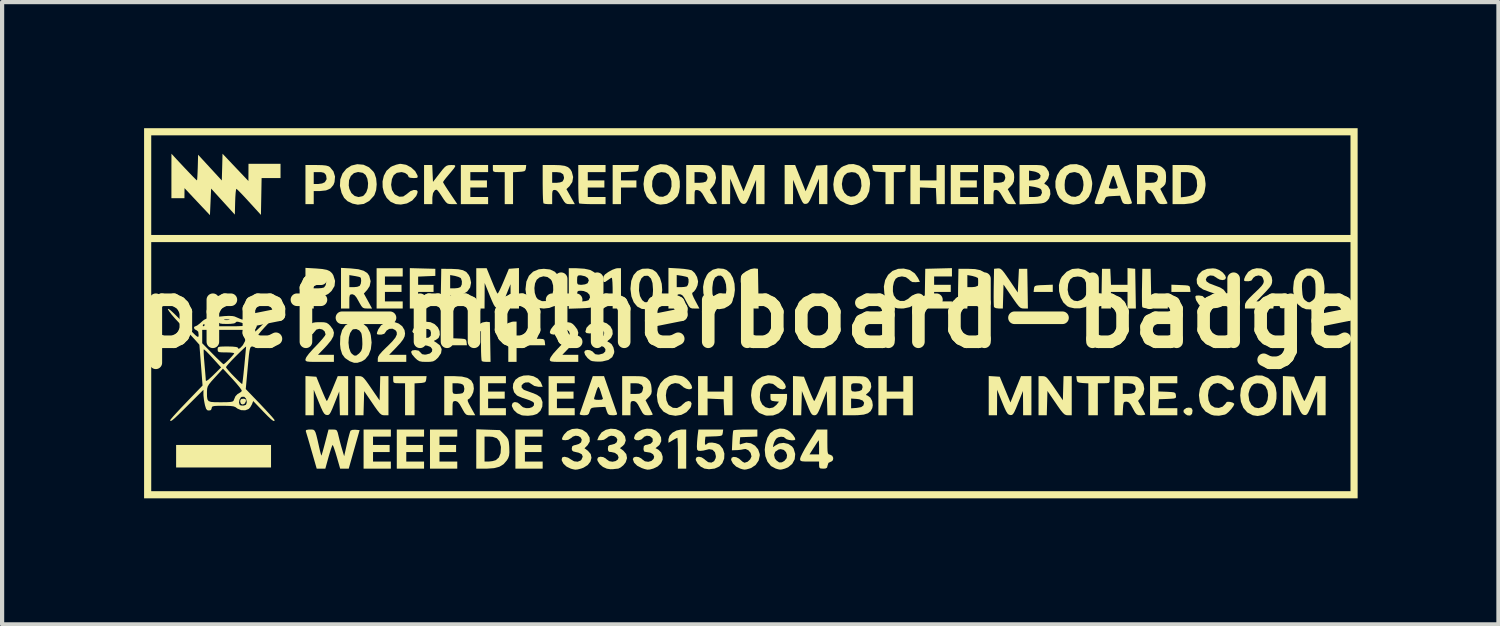
<source format=kicad_pcb>
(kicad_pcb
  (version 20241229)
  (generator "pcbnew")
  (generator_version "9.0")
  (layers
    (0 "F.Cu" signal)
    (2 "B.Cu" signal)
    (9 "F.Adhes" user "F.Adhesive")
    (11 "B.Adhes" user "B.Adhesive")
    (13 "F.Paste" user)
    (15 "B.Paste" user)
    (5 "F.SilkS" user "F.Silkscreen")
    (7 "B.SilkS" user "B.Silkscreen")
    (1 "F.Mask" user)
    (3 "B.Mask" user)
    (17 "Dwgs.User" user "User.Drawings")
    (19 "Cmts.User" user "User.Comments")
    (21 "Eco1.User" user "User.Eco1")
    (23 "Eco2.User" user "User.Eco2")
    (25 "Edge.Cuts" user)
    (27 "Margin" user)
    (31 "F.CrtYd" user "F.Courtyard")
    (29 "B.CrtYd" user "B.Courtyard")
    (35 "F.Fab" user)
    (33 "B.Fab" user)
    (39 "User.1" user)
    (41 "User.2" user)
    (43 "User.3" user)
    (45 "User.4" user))
  (footprint "pref-motherboard-badge"
    (layer "F.Cu")
    (at 14.8 4.403)
    (property "Reference" "pref-motherboard-badge" (at 0 0 0) (layer "F.SilkS") (effects (font (size 1.5 1.5) (thickness 0.3))))
    (attr board_only exclude_from_pos_files exclude_from_bom)
    (fp_poly (pts (xy -11.402 3.401) (xy -11.402 3.669) (xy -12.531 3.669) (xy -13.66 3.669) (xy -13.66 3.401) (xy -13.66 3.133) (xy -12.531 3.133) (xy -11.402 3.133)) (stroke (width 0) (type solid)) (fill yes) (layer "F.SilkS"))
    (fp_poly (pts (xy -12.01 2.041) (xy -11.998 2.078) (xy -12 2.095) (xy -12.026 2.148) (xy -12.073 2.171) (xy -12.116 2.155) (xy -12.133 2.113) (xy -12.136 2.084) (xy -12.117 2.043) (xy -12.063 2.032)) (stroke (width 0) (type solid)) (fill yes) (layer "F.SilkS"))
    (fp_poly (pts (xy -6.978 0.599) (xy -6.868 0.604) (xy -6.802 0.611) (xy -6.769 0.626) (xy -6.755 0.654) (xy -6.75 0.684) (xy -6.741 0.762) (xy -6.969 0.762) (xy -7.197 0.762) (xy -7.197 0.676) (xy -7.197 0.59)) (stroke (width 0) (type solid)) (fill yes) (layer "F.SilkS"))
    (fp_poly (pts (xy 7.197 -0.594) (xy 7.197 -0.508) (xy 6.969 -0.508) (xy 6.741 -0.508) (xy 6.75 -0.586) (xy 6.757 -0.625) (xy 6.775 -0.648) (xy 6.816 -0.661) (xy 6.891 -0.668) (xy 6.978 -0.671) (xy 7.197 -0.68)) (stroke (width 0) (type solid)) (fill yes) (layer "F.SilkS"))
    (fp_poly (pts (xy 10.238 -0.671) (xy 10.348 -0.666) (xy 10.413 -0.659) (xy 10.447 -0.644) (xy 10.461 -0.616) (xy 10.465 -0.586) (xy 10.474 -0.508) (xy 10.247 -0.508) (xy 10.019 -0.508) (xy 10.019 -0.594) (xy 10.019 -0.68)) (stroke (width 0) (type solid)) (fill yes) (layer "F.SilkS"))
    (fp_poly (pts (xy 10.492 2.253) (xy 10.517 2.293) (xy 10.522 2.319) (xy 10.51 2.394) (xy 10.465 2.433) (xy 10.399 2.428) (xy 10.353 2.4) (xy 10.309 2.354) (xy 10.309 2.313) (xy 10.318 2.295) (xy 10.372 2.254) (xy 10.431 2.244)) (stroke (width 0) (type solid)) (fill yes) (layer "F.SilkS"))
    (fp_poly (pts (xy -5 0.608) (xy -4.937 0.613) (xy -4.905 0.627) (xy -4.892 0.655) (xy -4.888 0.684) (xy -4.879 0.762) (xy -5.108 0.762) (xy -5.338 0.762) (xy -5.329 0.684) (xy -5.322 0.645) (xy -5.305 0.622) (xy -5.265 0.611) (xy -5.189 0.607) (xy -5.108 0.607)) (stroke (width 0) (type solid)) (fill yes) (layer "F.SilkS"))
    (fp_poly (pts (xy 12.745 -0.305) (xy 12.767 -0.285) (xy 12.806 -0.233) (xy 12.802 -0.188) (xy 12.796 -0.176) (xy 12.748 -0.138) (xy 12.681 -0.117) (xy 12.622 -0.121) (xy 12.607 -0.13) (xy 12.586 -0.186) (xy 12.599 -0.254) (xy 12.639 -0.307) (xy 12.647 -0.312) (xy 12.698 -0.328)) (stroke (width 0) (type solid)) (fill yes) (layer "F.SilkS"))
    (fp_poly (pts (xy 9.533 -0.67) (xy 9.541 -0.282) (xy 9.737 -0.282) (xy 9.934 -0.282) (xy 9.934 -0.198) (xy 9.934 -0.113) (xy 9.637 -0.113) (xy 9.491 -0.115) (xy 9.395 -0.122) (xy 9.342 -0.135) (xy 9.326 -0.149) (xy 9.321 -0.189) (xy 9.319 -0.275) (xy 9.318 -0.395) (xy 9.318 -0.54) (xy 9.32 -0.622) (xy 9.327 -1.058) (xy 9.426 -1.058) (xy 9.525 -1.058)) (stroke (width 0) (type solid)) (fill yes) (layer "F.SilkS"))
    (fp_poly (pts (xy -7.796 -1.066) (xy -7.493 -1.058) (xy -7.493 -0.974) (xy -7.493 -0.889) (xy -7.698 -0.881) (xy -7.902 -0.872) (xy -7.902 -0.775) (xy -7.902 -0.677) (xy -7.719 -0.677) (xy -7.535 -0.677) (xy -7.535 -0.593) (xy -7.535 -0.508) (xy -7.719 -0.508) (xy -7.902 -0.508) (xy -7.902 -0.31) (xy -7.902 -0.113) (xy -8.001 -0.113) (xy -8.1 -0.113) (xy -8.1 -0.594) (xy -8.1 -1.074)) (stroke (width 0) (type solid)) (fill yes) (layer "F.SilkS"))
    (fp_poly (pts (xy -7.71 1.573) (xy -7.721 1.621) (xy -7.749 1.645) (xy -7.812 1.657) (xy -7.853 1.66) (xy -7.987 1.668) (xy -7.987 2.048) (xy -7.987 2.427) (xy -8.1 2.427) (xy -8.213 2.427) (xy -8.213 2.046) (xy -8.213 1.665) (xy -8.354 1.665) (xy -8.437 1.663) (xy -8.479 1.652) (xy -8.493 1.622) (xy -8.495 1.58) (xy -8.495 1.496) (xy -8.098 1.496) (xy -7.701 1.496)) (stroke (width 0) (type solid)) (fill yes) (layer "F.SilkS"))
    (fp_poly (pts (xy -5.339 -3.45) (xy -5.349 -3.405) (xy -5.375 -3.38) (xy -5.432 -3.369) (xy -5.496 -3.364) (xy -5.644 -3.355) (xy -5.644 -2.976) (xy -5.644 -2.596) (xy -5.743 -2.596) (xy -5.842 -2.596) (xy -5.842 -2.977) (xy -5.842 -3.358) (xy -5.983 -3.358) (xy -6.067 -3.36) (xy -6.108 -3.372) (xy -6.123 -3.401) (xy -6.124 -3.443) (xy -6.124 -3.528) (xy -5.727 -3.528) (xy -5.33 -3.528)) (stroke (width 0) (type solid)) (fill yes) (layer "F.SilkS"))
    (fp_poly (pts (xy 3.697 -3.443) (xy 3.694 -3.393) (xy 3.675 -3.368) (xy 3.626 -3.359) (xy 3.556 -3.358) (xy 3.415 -3.358) (xy 3.415 -2.977) (xy 3.415 -2.596) (xy 3.316 -2.596) (xy 3.217 -2.596) (xy 3.217 -2.976) (xy 3.217 -3.355) (xy 3.069 -3.364) (xy 2.982 -3.371) (xy 2.937 -3.386) (xy 2.918 -3.416) (xy 2.912 -3.45) (xy 2.903 -3.528) (xy 3.3 -3.528) (xy 3.697 -3.528)) (stroke (width 0) (type solid)) (fill yes) (layer "F.SilkS"))
    (fp_poly (pts (xy 8.551 1.58) (xy 8.548 1.631) (xy 8.529 1.656) (xy 8.48 1.664) (xy 8.41 1.665) (xy 8.269 1.665) (xy 8.269 2.046) (xy 8.269 2.427) (xy 8.156 2.427) (xy 8.043 2.427) (xy 8.043 2.048) (xy 8.043 1.668) (xy 7.909 1.66) (xy 7.828 1.651) (xy 7.786 1.634) (xy 7.77 1.597) (xy 7.766 1.573) (xy 7.757 1.496) (xy 8.154 1.496) (xy 8.551 1.496)) (stroke (width 0) (type solid)) (fill yes) (layer "F.SilkS"))
    (fp_poly (pts (xy -1.524 3.231) (xy -1.524 3.697) (xy -1.623 3.697) (xy -1.722 3.697) (xy -1.722 3.33) (xy -1.722 3.194) (xy -1.725 3.08) (xy -1.729 3) (xy -1.733 2.964) (xy -1.734 2.963) (xy -1.764 2.976) (xy -1.823 3.009) (xy -1.847 3.023) (xy -1.947 3.082) (xy -1.947 2.995) (xy -1.921 2.914) (xy -1.853 2.843) (xy -1.757 2.79) (xy -1.646 2.766) (xy -1.63 2.766) (xy -1.524 2.766)) (stroke (width 0) (type solid)) (fill yes) (layer "F.SilkS"))
    (fp_poly (pts (xy -6.273 0.203) (xy -6.195 0.212) (xy -6.187 0.684) (xy -6.179 1.157) (xy -6.274 1.157) (xy -6.344 1.152) (xy -6.386 1.14) (xy -6.388 1.138) (xy -6.395 1.104) (xy -6.401 1.025) (xy -6.405 0.913) (xy -6.406 0.779) (xy -6.406 0.769) (xy -6.406 0.419) (xy -6.505 0.48) (xy -6.604 0.541) (xy -6.604 0.447) (xy -6.597 0.386) (xy -6.567 0.339) (xy -6.502 0.289) (xy -6.478 0.273) (xy -6.368 0.218) (xy -6.279 0.202)) (stroke (width 0) (type solid)) (fill yes) (layer "F.SilkS"))
    (fp_poly (pts (xy -5.56 0.677) (xy -5.56 1.157) (xy -5.659 1.157) (xy -5.757 1.157) (xy -5.757 0.79) (xy -5.759 0.654) (xy -5.762 0.54) (xy -5.767 0.46) (xy -5.774 0.424) (xy -5.775 0.423) (xy -5.808 0.437) (xy -5.869 0.471) (xy -5.888 0.482) (xy -5.983 0.541) (xy -5.983 0.447) (xy -5.977 0.389) (xy -5.951 0.346) (xy -5.893 0.303) (xy -5.845 0.275) (xy -5.754 0.231) (xy -5.671 0.203) (xy -5.633 0.198) (xy -5.56 0.198)) (stroke (width 0) (type solid)) (fill yes) (layer "F.SilkS"))
    (fp_poly (pts (xy -2.658 -3.45) (xy -2.665 -3.41) (xy -2.684 -3.386) (xy -2.727 -3.374) (xy -2.807 -3.367) (xy -2.872 -3.364) (xy -3.076 -3.356) (xy -3.076 -3.258) (xy -3.076 -3.161) (xy -2.893 -3.161) (xy -2.709 -3.161) (xy -2.709 -3.076) (xy -2.709 -2.992) (xy -2.893 -2.992) (xy -3.076 -2.992) (xy -3.076 -2.794) (xy -3.076 -2.596) (xy -3.175 -2.596) (xy -3.274 -2.596) (xy -3.274 -3.062) (xy -3.274 -3.528) (xy -2.961 -3.528) (xy -2.649 -3.528)) (stroke (width 0) (type solid)) (fill yes) (layer "F.SilkS"))
    (fp_poly (pts (xy 0.105 -1.067) (xy 0.183 -1.058) (xy 0.191 -0.586) (xy 0.199 -0.113) (xy 0.104 -0.113) (xy 0.034 -0.118) (xy -0.008 -0.13) (xy -0.009 -0.132) (xy -0.017 -0.166) (xy -0.023 -0.245) (xy -0.027 -0.357) (xy -0.028 -0.491) (xy -0.028 -0.501) (xy -0.028 -0.851) (xy -0.127 -0.79) (xy -0.226 -0.729) (xy -0.226 -0.823) (xy -0.219 -0.884) (xy -0.189 -0.931) (xy -0.124 -0.981) (xy -0.1 -0.997) (xy 0.01 -1.052) (xy 0.099 -1.068)) (stroke (width 0) (type solid)) (fill yes) (layer "F.SilkS"))
    (fp_poly (pts (xy -8.551 2.85) (xy -8.551 2.935) (xy -8.763 2.935) (xy -8.975 2.935) (xy -8.975 3.034) (xy -8.975 3.133) (xy -8.777 3.133) (xy -8.58 3.133) (xy -8.58 3.217) (xy -8.58 3.302) (xy -8.777 3.302) (xy -8.975 3.302) (xy -8.975 3.415) (xy -8.975 3.528) (xy -8.763 3.528) (xy -8.551 3.528) (xy -8.551 3.612) (xy -8.551 3.697) (xy -8.876 3.697) (xy -9.2 3.697) (xy -9.2 3.231) (xy -9.2 2.766) (xy -8.876 2.766) (xy -8.551 2.766)) (stroke (width 0) (type solid)) (fill yes) (layer "F.SilkS"))
    (fp_poly (pts (xy -8.269 -0.974) (xy -8.269 -0.875) (xy -8.481 -0.875) (xy -8.692 -0.875) (xy -8.692 -0.776) (xy -8.692 -0.677) (xy -8.495 -0.677) (xy -8.297 -0.677) (xy -8.297 -0.593) (xy -8.297 -0.508) (xy -8.495 -0.508) (xy -8.692 -0.508) (xy -8.692 -0.395) (xy -8.692 -0.282) (xy -8.481 -0.282) (xy -8.269 -0.282) (xy -8.269 -0.198) (xy -8.269 -0.113) (xy -8.58 -0.113) (xy -8.89 -0.113) (xy -8.89 -0.593) (xy -8.89 -1.072) (xy -8.58 -1.072) (xy -8.269 -1.072)) (stroke (width 0) (type solid)) (fill yes) (layer "F.SilkS"))
    (fp_poly (pts (xy -7.761 2.85) (xy -7.761 2.935) (xy -7.973 2.935) (xy -8.184 2.935) (xy -8.184 3.034) (xy -8.184 3.133) (xy -7.987 3.133) (xy -7.789 3.133) (xy -7.789 3.217) (xy -7.789 3.302) (xy -7.987 3.302) (xy -8.184 3.302) (xy -8.184 3.415) (xy -8.184 3.528) (xy -7.973 3.528) (xy -7.761 3.528) (xy -7.761 3.612) (xy -7.761 3.697) (xy -8.086 3.697) (xy -8.41 3.697) (xy -8.41 3.231) (xy -8.41 2.766) (xy -8.086 2.766) (xy -7.761 2.766)) (stroke (width 0) (type solid)) (fill yes) (layer "F.SilkS"))
    (fp_poly (pts (xy -6.971 2.85) (xy -6.971 2.935) (xy -7.183 2.935) (xy -7.394 2.935) (xy -7.394 3.034) (xy -7.394 3.133) (xy -7.197 3.133) (xy -6.999 3.133) (xy -6.999 3.217) (xy -6.999 3.302) (xy -7.197 3.302) (xy -7.394 3.302) (xy -7.394 3.415) (xy -7.394 3.528) (xy -7.183 3.528) (xy -6.971 3.528) (xy -6.971 3.612) (xy -6.971 3.697) (xy -7.295 3.697) (xy -7.62 3.697) (xy -7.62 3.231) (xy -7.62 2.766) (xy -7.295 2.766) (xy -6.971 2.766)) (stroke (width 0) (type solid)) (fill yes) (layer "F.SilkS"))
    (fp_poly (pts (xy -6.237 -3.443) (xy -6.237 -3.358) (xy -6.449 -3.358) (xy -6.66 -3.358) (xy -6.66 -3.26) (xy -6.66 -3.161) (xy -6.463 -3.161) (xy -6.265 -3.161) (xy -6.265 -3.076) (xy -6.265 -2.992) (xy -6.463 -2.992) (xy -6.66 -2.992) (xy -6.66 -2.879) (xy -6.66 -2.766) (xy -6.449 -2.766) (xy -6.237 -2.766) (xy -6.237 -2.681) (xy -6.237 -2.596) (xy -6.562 -2.596) (xy -6.886 -2.596) (xy -6.886 -3.062) (xy -6.886 -3.528) (xy -6.562 -3.528) (xy -6.237 -3.528)) (stroke (width 0) (type solid)) (fill yes) (layer "F.SilkS"))
    (fp_poly (pts (xy -5.814 1.58) (xy -5.814 1.665) (xy -6.025 1.665) (xy -6.237 1.665) (xy -6.237 1.764) (xy -6.237 1.863) (xy -6.04 1.863) (xy -5.842 1.863) (xy -5.842 1.947) (xy -5.842 2.032) (xy -6.04 2.032) (xy -6.237 2.032) (xy -6.237 2.145) (xy -6.237 2.258) (xy -6.025 2.258) (xy -5.814 2.258) (xy -5.814 2.342) (xy -5.814 2.427) (xy -6.124 2.427) (xy -6.435 2.427) (xy -6.435 1.961) (xy -6.435 1.496) (xy -6.124 1.496) (xy -5.814 1.496)) (stroke (width 0) (type solid)) (fill yes) (layer "F.SilkS"))
    (fp_poly (pts (xy -4.939 2.85) (xy -4.939 2.935) (xy -5.151 2.935) (xy -5.362 2.935) (xy -5.362 3.034) (xy -5.362 3.133) (xy -5.165 3.133) (xy -4.967 3.133) (xy -4.967 3.217) (xy -4.967 3.302) (xy -5.165 3.302) (xy -5.362 3.302) (xy -5.362 3.415) (xy -5.362 3.528) (xy -5.151 3.528) (xy -4.939 3.528) (xy -4.939 3.612) (xy -4.939 3.697) (xy -5.263 3.697) (xy -5.588 3.697) (xy -5.588 3.231) (xy -5.588 2.766) (xy -5.263 2.766) (xy -4.939 2.766)) (stroke (width 0) (type solid)) (fill yes) (layer "F.SilkS"))
    (fp_poly (pts (xy -4.177 1.58) (xy -4.177 1.665) (xy -4.389 1.665) (xy -4.6 1.665) (xy -4.6 1.764) (xy -4.6 1.863) (xy -4.403 1.863) (xy -4.205 1.863) (xy -4.205 1.947) (xy -4.205 2.032) (xy -4.403 2.032) (xy -4.6 2.032) (xy -4.6 2.145) (xy -4.6 2.258) (xy -4.389 2.258) (xy -4.177 2.258) (xy -4.177 2.342) (xy -4.177 2.427) (xy -4.487 2.427) (xy -4.798 2.427) (xy -4.798 1.961) (xy -4.798 1.496) (xy -4.487 1.496) (xy -4.177 1.496)) (stroke (width 0) (type solid)) (fill yes) (layer "F.SilkS"))
    (fp_poly (pts (xy -1.016 1.679) (xy -1.016 1.863) (xy -0.818 1.863) (xy -0.621 1.863) (xy -0.621 1.679) (xy -0.621 1.496) (xy -0.522 1.496) (xy -0.423 1.496) (xy -0.423 1.961) (xy -0.423 2.427) (xy -0.521 2.427) (xy -0.618 2.427) (xy -0.627 2.237) (xy -0.635 2.046) (xy -0.826 2.038) (xy -1.016 2.029) (xy -1.016 2.228) (xy -1.016 2.427) (xy -1.129 2.427) (xy -1.242 2.427) (xy -1.242 1.961) (xy -1.242 1.496) (xy -1.129 1.496) (xy -1.016 1.496)) (stroke (width 0) (type solid)) (fill yes) (layer "F.SilkS"))
    (fp_poly (pts (xy 3.246 1.679) (xy 3.246 1.863) (xy 3.443 1.863) (xy 3.641 1.863) (xy 3.641 1.679) (xy 3.641 1.496) (xy 3.754 1.496) (xy 3.866 1.496) (xy 3.866 1.961) (xy 3.866 2.427) (xy 3.754 2.427) (xy 3.641 2.427) (xy 3.641 2.23) (xy 3.641 2.032) (xy 3.443 2.032) (xy 3.246 2.032) (xy 3.246 2.23) (xy 3.246 2.427) (xy 3.147 2.427) (xy 3.048 2.427) (xy 3.048 1.961) (xy 3.048 1.496) (xy 3.147 1.496) (xy 3.246 1.496)) (stroke (width 0) (type solid)) (fill yes) (layer "F.SilkS"))
    (fp_poly (pts (xy 4.036 -3.344) (xy 4.036 -3.161) (xy 4.233 -3.161) (xy 4.431 -3.161) (xy 4.431 -3.344) (xy 4.431 -3.528) (xy 4.53 -3.528) (xy 4.628 -3.528) (xy 4.628 -3.062) (xy 4.628 -2.596) (xy 4.531 -2.596) (xy 4.433 -2.596) (xy 4.425 -2.787) (xy 4.417 -2.977) (xy 4.226 -2.986) (xy 4.036 -2.994) (xy 4.036 -2.795) (xy 4.036 -2.596) (xy 3.923 -2.596) (xy 3.81 -2.596) (xy 3.81 -3.062) (xy 3.81 -3.528) (xy 3.923 -3.528) (xy 4.036 -3.528)) (stroke (width 0) (type solid)) (fill yes) (layer "F.SilkS"))
    (fp_poly (pts (xy 4.798 -0.975) (xy 4.798 -0.875) (xy 4.586 -0.875) (xy 4.374 -0.875) (xy 4.374 -0.776) (xy 4.374 -0.677) (xy 4.572 -0.677) (xy 4.77 -0.677) (xy 4.77 -0.593) (xy 4.77 -0.508) (xy 4.572 -0.508) (xy 4.374 -0.508) (xy 4.374 -0.395) (xy 4.374 -0.282) (xy 4.586 -0.282) (xy 4.798 -0.282) (xy 4.798 -0.198) (xy 4.798 -0.113) (xy 4.473 -0.113) (xy 4.147 -0.113) (xy 4.155 -0.586) (xy 4.163 -1.058) (xy 4.48 -1.066) (xy 4.798 -1.074)) (stroke (width 0) (type solid)) (fill yes) (layer "F.SilkS"))
    (fp_poly (pts (xy 5.419 -3.443) (xy 5.419 -3.358) (xy 5.207 -3.358) (xy 4.995 -3.358) (xy 4.995 -3.26) (xy 4.995 -3.161) (xy 5.193 -3.161) (xy 5.39 -3.161) (xy 5.39 -3.076) (xy 5.39 -2.992) (xy 5.193 -2.992) (xy 4.995 -2.992) (xy 4.995 -2.879) (xy 4.995 -2.766) (xy 5.207 -2.766) (xy 5.419 -2.766) (xy 5.419 -2.681) (xy 5.419 -2.596) (xy 5.094 -2.596) (xy 4.77 -2.596) (xy 4.77 -3.062) (xy 4.77 -3.528) (xy 5.094 -3.528) (xy 5.419 -3.528)) (stroke (width 0) (type solid)) (fill yes) (layer "F.SilkS"))
    (fp_poly (pts (xy 9.066 -1.067) (xy 9.158 -1.058) (xy 9.166 -0.586) (xy 9.174 -0.113) (xy 9.074 -0.113) (xy 8.975 -0.113) (xy 8.975 -0.31) (xy 8.975 -0.508) (xy 8.777 -0.508) (xy 8.58 -0.508) (xy 8.58 -0.31) (xy 8.58 -0.113) (xy 8.466 -0.113) (xy 8.352 -0.113) (xy 8.36 -0.586) (xy 8.368 -1.058) (xy 8.467 -1.058) (xy 8.565 -1.058) (xy 8.574 -0.868) (xy 8.582 -0.677) (xy 8.778 -0.677) (xy 8.975 -0.677) (xy 8.975 -0.877) (xy 8.975 -1.076)) (stroke (width 0) (type solid)) (fill yes) (layer "F.SilkS"))
    (fp_poly (pts (xy -3.076 -0.593) (xy -3.076 -0.113) (xy -3.175 -0.113) (xy -3.274 -0.113) (xy -3.274 -0.48) (xy -3.275 -0.616) (xy -3.279 -0.73) (xy -3.286 -0.809) (xy -3.293 -0.845) (xy -3.295 -0.846) (xy -3.33 -0.83) (xy -3.385 -0.791) (xy -3.387 -0.79) (xy -3.452 -0.745) (xy -3.486 -0.743) (xy -3.499 -0.785) (xy -3.5 -0.819) (xy -3.491 -0.876) (xy -3.458 -0.923) (xy -3.387 -0.975) (xy -3.367 -0.988) (xy -3.278 -1.036) (xy -3.193 -1.067) (xy -3.155 -1.072) (xy -3.076 -1.072)) (stroke (width 0) (type solid)) (fill yes) (layer "F.SilkS"))
    (fp_poly (pts (xy -9.265 1.499) (xy -9.229 1.514) (xy -9.189 1.549) (xy -9.138 1.612) (xy -9.069 1.709) (xy -9.017 1.785) (xy -8.819 2.074) (xy -8.811 1.785) (xy -8.803 1.496) (xy -8.706 1.496) (xy -8.608 1.496) (xy -8.608 1.961) (xy -8.608 2.427) (xy -8.701 2.427) (xy -8.743 2.424) (xy -8.779 2.409) (xy -8.819 2.375) (xy -8.869 2.313) (xy -8.938 2.217) (xy -8.99 2.14) (xy -9.186 1.853) (xy -9.194 2.14) (xy -9.202 2.427) (xy -9.3 2.427) (xy -9.398 2.427) (xy -9.398 1.961) (xy -9.398 1.496) (xy -9.306 1.496)) (stroke (width 0) (type solid)) (fill yes) (layer "F.SilkS"))
    (fp_poly (pts (xy 6.993 1.499) (xy 7.03 1.514) (xy 7.069 1.548) (xy 7.119 1.61) (xy 7.188 1.706) (xy 7.241 1.783) (xy 7.437 2.07) (xy 7.445 1.783) (xy 7.453 1.496) (xy 7.55 1.496) (xy 7.648 1.496) (xy 7.648 1.961) (xy 7.648 2.427) (xy 7.556 2.427) (xy 7.516 2.423) (xy 7.479 2.407) (xy 7.439 2.371) (xy 7.387 2.308) (xy 7.317 2.21) (xy 7.267 2.137) (xy 7.07 1.849) (xy 7.062 2.138) (xy 7.054 2.427) (xy 6.956 2.427) (xy 6.858 2.427) (xy 6.858 1.961) (xy 6.858 1.496) (xy 6.951 1.496)) (stroke (width 0) (type solid)) (fill yes) (layer "F.SilkS"))
    (fp_poly (pts (xy 10.16 1.58) (xy 10.16 1.665) (xy 9.934 1.665) (xy 9.708 1.665) (xy 9.708 1.763) (xy 9.708 1.86) (xy 9.913 1.868) (xy 10.019 1.874) (xy 10.08 1.882) (xy 10.111 1.899) (xy 10.123 1.93) (xy 10.126 1.953) (xy 10.129 1.992) (xy 10.117 2.016) (xy 10.08 2.028) (xy 10.006 2.034) (xy 9.929 2.038) (xy 9.723 2.046) (xy 9.714 2.152) (xy 9.705 2.258) (xy 9.933 2.258) (xy 10.16 2.258) (xy 10.16 2.342) (xy 10.16 2.427) (xy 9.835 2.427) (xy 9.511 2.427) (xy 9.511 1.961) (xy 9.511 1.496) (xy 9.835 1.496) (xy 10.16 1.496)) (stroke (width 0) (type solid)) (fill yes) (layer "F.SilkS"))
    (fp_poly (pts (xy 14.45 0) (xy 14.45 4.403) (xy 0.014 4.403) (xy -14.422 4.403) (xy -14.422 0) (xy -14.422 -1.693) (xy -14.252 -1.693) (xy -14.252 1.27) (xy -14.252 4.233) (xy 0.014 4.233) (xy 14.28 4.233) (xy 14.28 1.27) (xy 14.28 -1.693) (xy 0.014 -1.693) (xy -14.252 -1.693) (xy -14.422 -1.693) (xy -14.422 -4.233) (xy -14.252 -4.233) (xy -14.252 -3.048) (xy -14.252 -1.863) (xy 0.014 -1.863) (xy 14.28 -1.863) (xy 14.28 -3.048) (xy 14.28 -4.233) (xy 0.014 -4.233) (xy -14.252 -4.233) (xy -14.422 -4.233) (xy -14.422 -4.403) (xy 0.014 -4.403) (xy 14.45 -4.403)) (stroke (width 0) (type solid)) (fill yes) (layer "F.SilkS"))
    (fp_poly (pts (xy -3.443 -3.443) (xy -3.443 -3.358) (xy -3.655 -3.358) (xy -3.866 -3.358) (xy -3.866 -3.26) (xy -3.866 -3.161) (xy -3.669 -3.161) (xy -3.471 -3.161) (xy -3.471 -3.076) (xy -3.471 -2.992) (xy -3.669 -2.992) (xy -3.866 -2.992) (xy -3.866 -2.879) (xy -3.866 -2.766) (xy -3.655 -2.766) (xy -3.443 -2.766) (xy -3.443 -2.681) (xy -3.443 -2.596) (xy -3.749 -2.596) (xy -3.875 -2.598) (xy -3.98 -2.603) (xy -4.05 -2.609) (xy -4.073 -2.615) (xy -4.08 -2.649) (xy -4.085 -2.728) (xy -4.089 -2.844) (xy -4.092 -2.987) (xy -4.092 -3.081) (xy -4.092 -3.528) (xy -3.768 -3.528) (xy -3.443 -3.528)) (stroke (width 0) (type solid)) (fill yes) (layer "F.SilkS"))
    (fp_poly (pts (xy -0.546 -3.522) (xy -0.414 -3.514) (xy -0.287 -3.208) (xy -0.16 -2.902) (xy -0.035 -3.215) (xy 0.091 -3.528) (xy 0.215 -3.528) (xy 0.339 -3.528) (xy 0.339 -3.062) (xy 0.339 -2.596) (xy 0.24 -2.596) (xy 0.141 -2.596) (xy 0.14 -2.886) (xy 0.138 -3.175) (xy 0.021 -2.884) (xy -0.03 -2.757) (xy -0.068 -2.674) (xy -0.098 -2.626) (xy -0.125 -2.605) (xy -0.155 -2.601) (xy -0.166 -2.602) (xy -0.2 -2.612) (xy -0.231 -2.639) (xy -0.264 -2.693) (xy -0.305 -2.781) (xy -0.357 -2.907) (xy -0.477 -3.203) (xy -0.478 -2.9) (xy -0.48 -2.596) (xy -0.579 -2.596) (xy -0.677 -2.596) (xy -0.677 -3.064) (xy -0.677 -3.531)) (stroke (width 0) (type solid)) (fill yes) (layer "F.SilkS"))
    (fp_poly (pts (xy 1.834 -3.064) (xy 1.834 -2.596) (xy 1.736 -2.596) (xy 1.637 -2.596) (xy 1.636 -2.9) (xy 1.634 -3.203) (xy 1.514 -2.907) (xy 1.46 -2.776) (xy 1.419 -2.689) (xy 1.386 -2.637) (xy 1.356 -2.611) (xy 1.323 -2.602) (xy 1.291 -2.602) (xy 1.263 -2.617) (xy 1.235 -2.656) (xy 1.2 -2.728) (xy 1.153 -2.841) (xy 1.136 -2.884) (xy 1.019 -3.175) (xy 1.018 -2.886) (xy 1.016 -2.596) (xy 0.917 -2.596) (xy 0.818 -2.596) (xy 0.818 -3.062) (xy 0.818 -3.528) (xy 0.943 -3.528) (xy 1.067 -3.528) (xy 1.192 -3.215) (xy 1.317 -2.903) (xy 1.443 -3.208) (xy 1.57 -3.514) (xy 1.702 -3.522) (xy 1.834 -3.531)) (stroke (width 0) (type solid)) (fill yes) (layer "F.SilkS"))
    (fp_poly (pts (xy 5.804 1.501) (xy 5.936 1.51) (xy 6.063 1.816) (xy 6.19 2.122) (xy 6.315 1.809) (xy 6.441 1.496) (xy 6.565 1.496) (xy 6.689 1.496) (xy 6.689 1.961) (xy 6.689 2.427) (xy 6.59 2.427) (xy 6.491 2.427) (xy 6.49 2.138) (xy 6.488 1.849) (xy 6.371 2.139) (xy 6.32 2.266) (xy 6.282 2.349) (xy 6.252 2.397) (xy 6.225 2.419) (xy 6.195 2.422) (xy 6.184 2.421) (xy 6.15 2.411) (xy 6.119 2.384) (xy 6.086 2.331) (xy 6.045 2.242) (xy 5.993 2.117) (xy 5.873 1.82) (xy 5.872 2.124) (xy 5.87 2.427) (xy 5.771 2.427) (xy 5.673 2.427) (xy 5.673 1.96) (xy 5.673 1.493)) (stroke (width 0) (type solid)) (fill yes) (layer "F.SilkS"))
    (fp_poly (pts (xy 5.957 -1.055) (xy 5.995 -1.023) (xy 6.043 -0.964) (xy 6.11 -0.869) (xy 6.168 -0.785) (xy 6.364 -0.494) (xy 6.378 -0.776) (xy 6.392 -1.058) (xy 6.491 -1.058) (xy 6.59 -1.058) (xy 6.598 -0.586) (xy 6.605 -0.113) (xy 6.51 -0.113) (xy 6.468 -0.116) (xy 6.431 -0.13) (xy 6.392 -0.163) (xy 6.342 -0.224) (xy 6.275 -0.318) (xy 6.22 -0.398) (xy 6.025 -0.683) (xy 6.017 -0.398) (xy 6.009 -0.113) (xy 5.911 -0.113) (xy 5.841 -0.122) (xy 5.8 -0.146) (xy 5.798 -0.149) (xy 5.794 -0.189) (xy 5.791 -0.275) (xy 5.79 -0.395) (xy 5.791 -0.54) (xy 5.792 -0.622) (xy 5.8 -1.058) (xy 5.885 -1.067) (xy 5.923 -1.067)) (stroke (width 0) (type solid)) (fill yes) (layer "F.SilkS"))
    (fp_poly (pts (xy -10.322 -3.527) (xy -10.187 -3.524) (xy -10.095 -3.515) (xy -10.035 -3.498) (xy -10.001 -3.478) (xy -9.917 -3.376) (xy -9.879 -3.253) (xy -9.891 -3.121) (xy -9.918 -3.052) (xy -9.987 -2.97) (xy -10.093 -2.923) (xy -10.243 -2.907) (xy -10.246 -2.907) (xy -10.386 -2.907) (xy -10.386 -2.752) (xy -10.386 -2.596) (xy -10.485 -2.596) (xy -10.583 -2.596) (xy -10.583 -3.062) (xy -10.583 -3.358) (xy -10.386 -3.358) (xy -10.386 -3.217) (xy -10.386 -3.076) (xy -10.275 -3.076) (xy -10.188 -3.088) (xy -10.124 -3.117) (xy -10.12 -3.121) (xy -10.079 -3.191) (xy -10.09 -3.274) (xy -10.105 -3.304) (xy -10.141 -3.341) (xy -10.207 -3.357) (xy -10.26 -3.358) (xy -10.386 -3.358) (xy -10.583 -3.358) (xy -10.583 -3.528)) (stroke (width 0) (type solid)) (fill yes) (layer "F.SilkS"))
    (fp_poly (pts (xy -7.107 -1.056) (xy -6.949 -1.048) (xy -6.835 -1.024) (xy -6.755 -0.981) (xy -6.698 -0.911) (xy -6.669 -0.853) (xy -6.642 -0.727) (xy -6.665 -0.613) (xy -6.732 -0.519) (xy -6.837 -0.454) (xy -6.975 -0.424) (xy -7.006 -0.423) (xy -7.14 -0.423) (xy -7.14 -0.268) (xy -7.14 -0.113) (xy -7.254 -0.113) (xy -7.367 -0.113) (xy -7.36 -0.586) (xy -7.354 -0.909) (xy -7.14 -0.909) (xy -7.14 -0.751) (xy -7.14 -0.593) (xy -7.033 -0.593) (xy -6.954 -0.601) (xy -6.898 -0.622) (xy -6.892 -0.627) (xy -6.864 -0.685) (xy -6.861 -0.762) (xy -6.881 -0.826) (xy -6.893 -0.841) (xy -6.943 -0.865) (xy -7.02 -0.887) (xy -7.034 -0.89) (xy -7.14 -0.909) (xy -7.354 -0.909) (xy -7.352 -1.058)) (stroke (width 0) (type solid)) (fill yes) (layer "F.SilkS"))
    (fp_poly (pts (xy -10.335 -1.066) (xy -10.182 -1.053) (xy -10.075 -1.033) (xy -10.001 -1) (xy -9.949 -0.951) (xy -9.92 -0.904) (xy -9.878 -0.771) (xy -9.891 -0.648) (xy -9.959 -0.535) (xy -9.974 -0.519) (xy -10.037 -0.463) (xy -10.094 -0.434) (xy -10.171 -0.424) (xy -10.228 -0.423) (xy -10.386 -0.423) (xy -10.386 -0.268) (xy -10.386 -0.113) (xy -10.485 -0.113) (xy -10.583 -0.113) (xy -10.583 -0.593) (xy -10.389 -0.593) (xy -10.281 -0.593) (xy -10.203 -0.599) (xy -10.147 -0.612) (xy -10.141 -0.615) (xy -10.102 -0.668) (xy -10.088 -0.745) (xy -10.103 -0.815) (xy -10.109 -0.826) (xy -10.167 -0.864) (xy -10.259 -0.882) (xy -10.372 -0.889) (xy -10.38 -0.741) (xy -10.389 -0.593) (xy -10.583 -0.593) (xy -10.583 -0.597) (xy -10.583 -1.08)) (stroke (width 0) (type solid)) (fill yes) (layer "F.SilkS"))
    (fp_poly (pts (xy -6.238 2.77) (xy -5.956 2.78) (xy -5.85 2.886) (xy -5.795 2.945) (xy -5.762 2.997) (xy -5.745 3.061) (xy -5.736 3.156) (xy -5.734 3.196) (xy -5.731 3.31) (xy -5.739 3.387) (xy -5.76 3.448) (xy -5.791 3.5) (xy -5.87 3.591) (xy -5.967 3.651) (xy -6.095 3.685) (xy -6.264 3.697) (xy -6.287 3.697) (xy -6.519 3.697) (xy -6.519 3.229) (xy -6.519 2.935) (xy -6.322 2.935) (xy -6.322 3.231) (xy -6.322 3.528) (xy -6.224 3.528) (xy -6.134 3.518) (xy -6.057 3.496) (xy -5.982 3.432) (xy -5.94 3.328) (xy -5.932 3.192) (xy -5.934 3.169) (xy -5.965 3.049) (xy -6.027 2.975) (xy -6.128 2.94) (xy -6.198 2.935) (xy -6.322 2.935) (xy -6.519 2.935) (xy -6.519 2.76)) (stroke (width 0) (type solid)) (fill yes) (layer "F.SilkS"))
    (fp_poly (pts (xy 10.425 -3.526) (xy 10.514 -3.517) (xy 10.578 -3.499) (xy 10.634 -3.469) (xy 10.643 -3.464) (xy 10.75 -3.365) (xy 10.812 -3.241) (xy 10.832 -3.083) (xy 10.831 -3.033) (xy 10.805 -2.873) (xy 10.746 -2.753) (xy 10.65 -2.669) (xy 10.513 -2.618) (xy 10.33 -2.597) (xy 10.276 -2.596) (xy 10.047 -2.596) (xy 10.047 -3.062) (xy 10.047 -3.358) (xy 10.245 -3.358) (xy 10.245 -3.058) (xy 10.245 -2.758) (xy 10.373 -2.773) (xy 10.464 -2.793) (xy 10.539 -2.824) (xy 10.556 -2.837) (xy 10.609 -2.92) (xy 10.632 -3.033) (xy 10.623 -3.159) (xy 10.614 -3.191) (xy 10.572 -3.284) (xy 10.507 -3.336) (xy 10.406 -3.357) (xy 10.359 -3.358) (xy 10.245 -3.358) (xy 10.047 -3.358) (xy 10.047 -3.528) (xy 10.297 -3.528)) (stroke (width 0) (type solid)) (fill yes) (layer "F.SilkS"))
    (fp_poly (pts (xy -10.453 1.501) (xy -10.324 1.51) (xy -10.207 1.799) (xy -10.158 1.915) (xy -10.117 2.009) (xy -10.087 2.07) (xy -10.074 2.088) (xy -10.058 2.064) (xy -10.026 1.997) (xy -9.982 1.9) (xy -9.937 1.792) (xy -9.815 1.496) (xy -9.691 1.496) (xy -9.567 1.496) (xy -9.567 1.961) (xy -9.567 2.427) (xy -9.665 2.427) (xy -9.763 2.427) (xy -9.771 2.143) (xy -9.779 1.859) (xy -9.892 2.144) (xy -9.943 2.27) (xy -9.98 2.351) (xy -10.009 2.398) (xy -10.036 2.418) (xy -10.067 2.422) (xy -10.075 2.421) (xy -10.109 2.411) (xy -10.139 2.384) (xy -10.172 2.331) (xy -10.213 2.242) (xy -10.265 2.117) (xy -10.385 1.82) (xy -10.385 2.124) (xy -10.386 2.427) (xy -10.485 2.427) (xy -10.583 2.427) (xy -10.583 1.96) (xy -10.583 1.493)) (stroke (width 0) (type solid)) (fill yes) (layer "F.SilkS"))
    (fp_poly (pts (xy -5.503 -0.594) (xy -5.503 -0.113) (xy -5.602 -0.113) (xy -5.701 -0.113) (xy -5.702 -0.402) (xy -5.704 -0.691) (xy -5.821 -0.401) (xy -5.872 -0.274) (xy -5.91 -0.191) (xy -5.94 -0.143) (xy -5.967 -0.121) (xy -5.997 -0.118) (xy -6.008 -0.119) (xy -6.042 -0.129) (xy -6.073 -0.156) (xy -6.106 -0.209) (xy -6.147 -0.298) (xy -6.199 -0.423) (xy -6.319 -0.72) (xy -6.32 -0.416) (xy -6.322 -0.113) (xy -6.421 -0.113) (xy -6.519 -0.113) (xy -6.519 -0.593) (xy -6.519 -1.072) (xy -6.395 -1.072) (xy -6.272 -1.072) (xy -6.152 -0.776) (xy -6.103 -0.656) (xy -6.06 -0.558) (xy -6.028 -0.491) (xy -6.014 -0.467) (xy -5.996 -0.487) (xy -5.962 -0.549) (xy -5.918 -0.644) (xy -5.869 -0.757) (xy -5.743 -1.058) (xy -5.623 -1.067) (xy -5.503 -1.076)) (stroke (width 0) (type solid)) (fill yes) (layer "F.SilkS"))
    (fp_poly (pts (xy 12.805 1.501) (xy 12.938 1.51) (xy 13.052 1.799) (xy 13.099 1.915) (xy 13.14 2.009) (xy 13.169 2.07) (xy 13.182 2.088) (xy 13.198 2.064) (xy 13.231 1.997) (xy 13.275 1.899) (xy 13.32 1.792) (xy 13.441 1.496) (xy 13.564 1.496) (xy 13.688 1.496) (xy 13.688 1.961) (xy 13.688 2.427) (xy 13.589 2.427) (xy 13.49 2.427) (xy 13.489 2.138) (xy 13.487 1.849) (xy 13.371 2.139) (xy 13.319 2.266) (xy 13.281 2.349) (xy 13.251 2.397) (xy 13.224 2.419) (xy 13.194 2.422) (xy 13.183 2.421) (xy 13.149 2.411) (xy 13.119 2.384) (xy 13.085 2.331) (xy 13.044 2.242) (xy 12.992 2.117) (xy 12.872 1.82) (xy 12.871 2.124) (xy 12.869 2.427) (xy 12.771 2.427) (xy 12.672 2.427) (xy 12.672 1.96) (xy 12.672 1.493)) (stroke (width 0) (type solid)) (fill yes) (layer "F.SilkS"))
    (fp_poly (pts (xy 2.032 1.96) (xy 2.032 2.427) (xy 1.934 2.427) (xy 1.836 2.427) (xy 1.828 2.138) (xy 1.82 1.849) (xy 1.707 2.138) (xy 1.656 2.266) (xy 1.619 2.349) (xy 1.589 2.398) (xy 1.56 2.421) (xy 1.528 2.427) (xy 1.524 2.427) (xy 1.491 2.422) (xy 1.462 2.401) (xy 1.433 2.356) (xy 1.396 2.276) (xy 1.346 2.153) (xy 1.341 2.138) (xy 1.228 1.849) (xy 1.22 2.138) (xy 1.212 2.427) (xy 1.114 2.427) (xy 1.016 2.427) (xy 1.016 1.96) (xy 1.016 1.493) (xy 1.147 1.501) (xy 1.277 1.51) (xy 1.391 1.799) (xy 1.438 1.916) (xy 1.479 2.01) (xy 1.509 2.071) (xy 1.522 2.088) (xy 1.538 2.064) (xy 1.571 1.997) (xy 1.614 1.9) (xy 1.656 1.799) (xy 1.773 1.51) (xy 1.902 1.501) (xy 2.032 1.493)) (stroke (width 0) (type solid)) (fill yes) (layer "F.SilkS"))
    (fp_poly (pts (xy -8.471 0.207) (xy -8.366 0.244) (xy -8.281 0.308) (xy -8.226 0.399) (xy -8.213 0.483) (xy -8.223 0.549) (xy -8.258 0.62) (xy -8.324 0.707) (xy -8.428 0.82) (xy -8.434 0.826) (xy -8.592 0.988) (xy -8.388 0.988) (xy -8.184 0.988) (xy -8.184 1.072) (xy -8.184 1.157) (xy -8.523 1.157) (xy -8.862 1.157) (xy -8.862 1.079) (xy -8.853 1.034) (xy -8.82 0.98) (xy -8.757 0.908) (xy -8.658 0.81) (xy -8.636 0.79) (xy -8.518 0.671) (xy -8.443 0.579) (xy -8.409 0.506) (xy -8.412 0.446) (xy -8.444 0.401) (xy -8.512 0.367) (xy -8.59 0.372) (xy -8.653 0.412) (xy -8.669 0.437) (xy -8.708 0.489) (xy -8.773 0.507) (xy -8.796 0.508) (xy -8.859 0.506) (xy -8.884 0.491) (xy -8.877 0.449) (xy -8.85 0.382) (xy -8.785 0.287) (xy -8.692 0.227) (xy -8.584 0.201)) (stroke (width 0) (type solid)) (fill yes) (layer "F.SilkS"))
    (fp_poly (pts (xy -9.202 -3.534) (xy -9.069 -3.472) (xy -8.967 -3.37) (xy -8.942 -3.331) (xy -8.901 -3.21) (xy -8.888 -3.069) (xy -8.901 -2.93) (xy -8.941 -2.814) (xy -8.954 -2.794) (xy -9.065 -2.672) (xy -9.195 -2.601) (xy -9.338 -2.583) (xy -9.463 -2.609) (xy -9.582 -2.666) (xy -9.663 -2.745) (xy -9.724 -2.863) (xy -9.725 -2.868) (xy -9.763 -3.031) (xy -9.762 -3.04) (xy -9.553 -3.04) (xy -9.538 -2.961) (xy -9.489 -2.859) (xy -9.412 -2.791) (xy -9.321 -2.765) (xy -9.228 -2.784) (xy -9.194 -2.804) (xy -9.135 -2.879) (xy -9.101 -2.98) (xy -9.093 -3.093) (xy -9.11 -3.201) (xy -9.151 -3.289) (xy -9.216 -3.341) (xy -9.331 -3.361) (xy -9.429 -3.334) (xy -9.503 -3.266) (xy -9.546 -3.165) (xy -9.553 -3.04) (xy -9.762 -3.04) (xy -9.754 -3.186) (xy -9.702 -3.324) (xy -9.612 -3.436) (xy -9.49 -3.514) (xy -9.351 -3.547)) (stroke (width 0) (type solid)) (fill yes) (layer "F.SilkS"))
    (fp_poly (pts (xy -1.991 -3.536) (xy -1.857 -3.469) (xy -1.739 -3.349) (xy -1.737 -3.348) (xy -1.698 -3.258) (xy -1.677 -3.137) (xy -1.676 -3.003) (xy -1.695 -2.879) (xy -1.732 -2.784) (xy -1.739 -2.775) (xy -1.851 -2.667) (xy -1.988 -2.602) (xy -2.137 -2.585) (xy -2.23 -2.601) (xy -2.365 -2.666) (xy -2.463 -2.773) (xy -2.522 -2.917) (xy -2.534 -3.018) (xy -2.335 -3.018) (xy -2.305 -2.907) (xy -2.247 -2.825) (xy -2.168 -2.777) (xy -2.076 -2.771) (xy -1.979 -2.814) (xy -1.968 -2.822) (xy -1.905 -2.904) (xy -1.874 -3.017) (xy -1.876 -3.142) (xy -1.891 -3.203) (xy -1.94 -3.297) (xy -2.018 -3.346) (xy -2.115 -3.358) (xy -2.214 -3.333) (xy -2.288 -3.26) (xy -2.33 -3.149) (xy -2.335 -3.018) (xy -2.534 -3.018) (xy -2.54 -3.076) (xy -2.518 -3.246) (xy -2.453 -3.38) (xy -2.347 -3.478) (xy -2.294 -3.505) (xy -2.138 -3.548)) (stroke (width 0) (type solid)) (fill yes) (layer "F.SilkS"))
    (fp_poly (pts (xy 7.763 -3.548) (xy 7.91 -3.503) (xy 8.023 -3.415) (xy 8.098 -3.288) (xy 8.133 -3.126) (xy 8.136 -3.077) (xy 8.115 -2.908) (xy 8.053 -2.769) (xy 7.956 -2.665) (xy 7.831 -2.602) (xy 7.685 -2.585) (xy 7.6 -2.597) (xy 7.459 -2.652) (xy 7.355 -2.749) (xy 7.308 -2.831) (xy 7.261 -2.99) (xy 7.26 -3.057) (xy 7.479 -3.057) (xy 7.484 -2.957) (xy 7.505 -2.89) (xy 7.548 -2.835) (xy 7.637 -2.779) (xy 7.735 -2.769) (xy 7.824 -2.804) (xy 7.845 -2.822) (xy 7.908 -2.921) (xy 7.928 -3.052) (xy 7.922 -3.137) (xy 7.889 -3.255) (xy 7.826 -3.328) (xy 7.73 -3.357) (xy 7.702 -3.358) (xy 7.597 -3.337) (xy 7.525 -3.271) (xy 7.487 -3.161) (xy 7.479 -3.057) (xy 7.26 -3.057) (xy 7.26 -3.144) (xy 7.299 -3.284) (xy 7.375 -3.403) (xy 7.48 -3.492) (xy 7.611 -3.543) (xy 7.762 -3.548)) (stroke (width 0) (type solid)) (fill yes) (layer "F.SilkS"))
    (fp_poly (pts (xy 12.18 1.482) (xy 12.317 1.54) (xy 12.438 1.65) (xy 12.458 1.676) (xy 12.5 1.77) (xy 12.52 1.895) (xy 12.518 2.031) (xy 12.494 2.157) (xy 12.451 2.251) (xy 12.346 2.354) (xy 12.214 2.42) (xy 12.071 2.444) (xy 11.955 2.427) (xy 11.825 2.359) (xy 11.73 2.249) (xy 11.672 2.104) (xy 11.656 1.955) (xy 11.657 1.944) (xy 11.853 1.944) (xy 11.872 2.078) (xy 11.923 2.179) (xy 12 2.241) (xy 12.094 2.258) (xy 12.196 2.227) (xy 12.265 2.161) (xy 12.306 2.062) (xy 12.32 1.947) (xy 12.304 1.833) (xy 12.256 1.737) (xy 12.245 1.725) (xy 12.167 1.678) (xy 12.065 1.665) (xy 11.982 1.683) (xy 11.928 1.728) (xy 11.883 1.809) (xy 11.856 1.904) (xy 11.853 1.944) (xy 11.657 1.944) (xy 11.673 1.79) (xy 11.727 1.663) (xy 11.822 1.566) (xy 11.884 1.529) (xy 12.034 1.478)) (stroke (width 0) (type solid)) (fill yes) (layer "F.SilkS"))
    (fp_poly (pts (xy -7.558 -3.326) (xy -7.549 -3.125) (xy -7.394 -3.325) (xy -7.319 -3.421) (xy -7.265 -3.48) (xy -7.221 -3.511) (xy -7.175 -3.524) (xy -7.117 -3.527) (xy -7.056 -3.526) (xy -7.023 -3.518) (xy -7.02 -3.494) (xy -7.049 -3.447) (xy -7.111 -3.371) (xy -7.173 -3.298) (xy -7.239 -3.219) (xy -7.288 -3.156) (xy -7.309 -3.122) (xy -7.31 -3.121) (xy -7.295 -3.091) (xy -7.255 -3.025) (xy -7.196 -2.934) (xy -7.139 -2.849) (xy -6.969 -2.596) (xy -7.094 -2.596) (xy -7.158 -2.599) (xy -7.203 -2.611) (xy -7.243 -2.645) (xy -7.291 -2.709) (xy -7.338 -2.781) (xy -7.399 -2.872) (xy -7.439 -2.923) (xy -7.467 -2.941) (xy -7.493 -2.933) (xy -7.511 -2.917) (xy -7.548 -2.858) (xy -7.563 -2.763) (xy -7.564 -2.733) (xy -7.564 -2.596) (xy -7.662 -2.596) (xy -7.761 -2.596) (xy -7.761 -3.062) (xy -7.761 -3.528) (xy -7.664 -3.528) (xy -7.566 -3.528)) (stroke (width 0) (type solid)) (fill yes) (layer "F.SilkS"))
    (fp_poly (pts (xy -4.763 -1.042) (xy -4.65 -0.988) (xy -4.559 -0.89) (xy -4.53 -0.844) (xy -4.482 -0.715) (xy -4.473 -0.569) (xy -4.498 -0.423) (xy -4.554 -0.292) (xy -4.639 -0.192) (xy -4.67 -0.17) (xy -4.781 -0.127) (xy -4.914 -0.112) (xy -5.044 -0.126) (xy -5.148 -0.167) (xy -5.259 -0.269) (xy -5.325 -0.4) (xy -5.348 -0.565) (xy -5.348 -0.578) (xy -5.345 -0.599) (xy -5.136 -0.599) (xy -5.127 -0.484) (xy -5.094 -0.386) (xy -5.054 -0.334) (xy -4.954 -0.288) (xy -4.842 -0.291) (xy -4.813 -0.3) (xy -4.752 -0.351) (xy -4.709 -0.439) (xy -4.688 -0.548) (xy -4.691 -0.661) (xy -4.719 -0.761) (xy -4.743 -0.801) (xy -4.824 -0.862) (xy -4.921 -0.879) (xy -5.016 -0.852) (xy -5.081 -0.797) (xy -5.121 -0.71) (xy -5.136 -0.599) (xy -5.345 -0.599) (xy -5.327 -0.754) (xy -5.266 -0.892) (xy -5.167 -0.99) (xy -5.033 -1.046) (xy -4.911 -1.058)) (stroke (width 0) (type solid)) (fill yes) (layer "F.SilkS"))
    (fp_poly (pts (xy -1.639 1.492) (xy -1.594 1.508) (xy -1.519 1.557) (xy -1.449 1.632) (xy -1.399 1.713) (xy -1.383 1.771) (xy -1.405 1.802) (xy -1.458 1.809) (xy -1.525 1.794) (xy -1.588 1.761) (xy -1.614 1.736) (xy -1.692 1.677) (xy -1.788 1.661) (xy -1.882 1.687) (xy -1.945 1.739) (xy -1.992 1.835) (xy -2.008 1.953) (xy -1.995 2.07) (xy -1.953 2.167) (xy -1.935 2.189) (xy -1.841 2.249) (xy -1.743 2.255) (xy -1.648 2.207) (xy -1.614 2.173) (xy -1.539 2.11) (xy -1.471 2.087) (xy -1.419 2.101) (xy -1.396 2.146) (xy -1.41 2.219) (xy -1.427 2.252) (xy -1.517 2.353) (xy -1.639 2.417) (xy -1.78 2.439) (xy -1.926 2.415) (xy -1.933 2.413) (xy -2.065 2.34) (xy -2.158 2.226) (xy -2.203 2.111) (xy -2.224 1.946) (xy -2.2 1.796) (xy -2.137 1.666) (xy -2.043 1.564) (xy -1.925 1.497) (xy -1.788 1.47)) (stroke (width 0) (type solid)) (fill yes) (layer "F.SilkS"))
    (fp_poly (pts (xy 3.799 -1.028) (xy 3.914 -0.948) (xy 3.987 -0.845) (xy 4.036 -0.748) (xy 3.936 -0.739) (xy 3.855 -0.743) (xy 3.798 -0.779) (xy 3.778 -0.803) (xy 3.703 -0.858) (xy 3.608 -0.877) (xy 3.515 -0.859) (xy 3.458 -0.82) (xy 3.418 -0.743) (xy 3.395 -0.637) (xy 3.393 -0.523) (xy 3.413 -0.427) (xy 3.476 -0.338) (xy 3.563 -0.293) (xy 3.661 -0.293) (xy 3.756 -0.342) (xy 3.782 -0.367) (xy 3.85 -0.422) (xy 3.919 -0.45) (xy 3.976 -0.449) (xy 4.005 -0.417) (xy 4.007 -0.402) (xy 3.978 -0.295) (xy 3.904 -0.207) (xy 3.792 -0.145) (xy 3.651 -0.115) (xy 3.605 -0.113) (xy 3.506 -0.117) (xy 3.438 -0.135) (xy 3.375 -0.176) (xy 3.332 -0.213) (xy 3.253 -0.298) (xy 3.209 -0.39) (xy 3.191 -0.46) (xy 3.178 -0.635) (xy 3.209 -0.789) (xy 3.279 -0.915) (xy 3.383 -1.007) (xy 3.516 -1.057) (xy 3.65 -1.064)) (stroke (width 0) (type solid)) (fill yes) (layer "F.SilkS"))
    (fp_poly (pts (xy 12.161 -1.065) (xy 12.265 -1.027) (xy 12.35 -0.961) (xy 12.405 -0.867) (xy 12.418 -0.782) (xy 12.413 -0.725) (xy 12.396 -0.674) (xy 12.357 -0.616) (xy 12.289 -0.539) (xy 12.23 -0.477) (xy 12.042 -0.282) (xy 12.244 -0.282) (xy 12.446 -0.282) (xy 12.446 -0.198) (xy 12.446 -0.113) (xy 12.107 -0.113) (xy 11.769 -0.113) (xy 11.769 -0.19) (xy 11.778 -0.236) (xy 11.811 -0.291) (xy 11.875 -0.363) (xy 11.974 -0.461) (xy 11.997 -0.482) (xy 12.099 -0.58) (xy 12.165 -0.65) (xy 12.201 -0.701) (xy 12.216 -0.743) (xy 12.216 -0.775) (xy 12.194 -0.844) (xy 12.161 -0.883) (xy 12.092 -0.9) (xy 12.018 -0.882) (xy 11.962 -0.839) (xy 11.952 -0.818) (xy 11.921 -0.777) (xy 11.855 -0.762) (xy 11.837 -0.762) (xy 11.773 -0.764) (xy 11.747 -0.779) (xy 11.753 -0.821) (xy 11.781 -0.888) (xy 11.846 -0.985) (xy 11.94 -1.046) (xy 12.048 -1.072)) (stroke (width 0) (type solid)) (fill yes) (layer "F.SilkS"))
    (fp_poly (pts (xy 2.586 -3.515) (xy 2.597 -3.51) (xy 2.713 -3.435) (xy 2.797 -3.319) (xy 2.843 -3.172) (xy 2.85 -3.08) (xy 2.829 -2.902) (xy 2.767 -2.762) (xy 2.663 -2.66) (xy 2.526 -2.599) (xy 2.45 -2.579) (xy 2.403 -2.573) (xy 2.358 -2.581) (xy 2.288 -2.605) (xy 2.277 -2.609) (xy 2.136 -2.683) (xy 2.04 -2.79) (xy 1.988 -2.932) (xy 1.976 -3.066) (xy 1.977 -3.076) (xy 2.179 -3.076) (xy 2.194 -2.961) (xy 2.239 -2.867) (xy 2.307 -2.802) (xy 2.391 -2.772) (xy 2.484 -2.785) (xy 2.549 -2.823) (xy 2.616 -2.91) (xy 2.646 -3.027) (xy 2.635 -3.161) (xy 2.627 -3.191) (xy 2.578 -3.292) (xy 2.502 -3.346) (xy 2.413 -3.358) (xy 2.307 -3.339) (xy 2.235 -3.276) (xy 2.201 -3.203) (xy 2.179 -3.076) (xy 1.977 -3.076) (xy 1.998 -3.23) (xy 2.062 -3.367) (xy 2.163 -3.469) (xy 2.212 -3.498) (xy 2.339 -3.545) (xy 2.456 -3.55)) (stroke (width 0) (type solid)) (fill yes) (layer "F.SilkS"))
    (fp_poly (pts (xy -2.325 -1.04) (xy -2.246 -0.985) (xy -2.225 -0.963) (xy -2.149 -0.844) (xy -2.106 -0.702) (xy -2.095 -0.55) (xy -2.115 -0.402) (xy -2.165 -0.272) (xy -2.244 -0.173) (xy -2.269 -0.154) (xy -2.367 -0.114) (xy -2.484 -0.096) (xy -2.582 -0.104) (xy -2.69 -0.16) (xy -2.773 -0.262) (xy -2.828 -0.401) (xy -2.846 -0.539) (xy -2.648 -0.539) (xy -2.624 -0.41) (xy -2.573 -0.316) (xy -2.567 -0.309) (xy -2.51 -0.264) (xy -2.461 -0.263) (xy -2.401 -0.306) (xy -2.383 -0.323) (xy -2.343 -0.374) (xy -2.322 -0.433) (xy -2.315 -0.522) (xy -2.314 -0.562) (xy -2.326 -0.718) (xy -2.361 -0.824) (xy -2.42 -0.883) (xy -2.447 -0.893) (xy -2.526 -0.888) (xy -2.59 -0.832) (xy -2.632 -0.734) (xy -2.641 -0.688) (xy -2.648 -0.539) (xy -2.846 -0.539) (xy -2.85 -0.571) (xy -2.85 -0.593) (xy -2.832 -0.77) (xy -2.777 -0.908) (xy -2.689 -1.006) (xy -2.57 -1.058) (xy -2.43 -1.064)) (stroke (width 0) (type solid)) (fill yes) (layer "F.SilkS"))
    (fp_poly (pts (xy -0.638 -1.058) (xy -0.567 -1.031) (xy -0.476 -0.955) (xy -0.412 -0.841) (xy -0.375 -0.703) (xy -0.366 -0.554) (xy -0.386 -0.408) (xy -0.436 -0.276) (xy -0.512 -0.178) (xy -0.617 -0.117) (xy -0.742 -0.096) (xy -0.868 -0.118) (xy -0.902 -0.133) (xy -1.004 -0.215) (xy -1.076 -0.334) (xy -1.116 -0.476) (xy -1.12 -0.562) (xy -0.903 -0.562) (xy -0.899 -0.459) (xy -0.883 -0.391) (xy -0.85 -0.34) (xy -0.834 -0.323) (xy -0.779 -0.273) (xy -0.742 -0.257) (xy -0.699 -0.271) (xy -0.678 -0.282) (xy -0.621 -0.342) (xy -0.583 -0.439) (xy -0.568 -0.558) (xy -0.577 -0.682) (xy -0.604 -0.774) (xy -0.649 -0.858) (xy -0.699 -0.896) (xy -0.767 -0.894) (xy -0.773 -0.892) (xy -0.84 -0.849) (xy -0.883 -0.756) (xy -0.902 -0.614) (xy -0.903 -0.562) (xy -1.12 -0.562) (xy -1.123 -0.628) (xy -1.095 -0.777) (xy -1.032 -0.912) (xy -0.993 -0.963) (xy -0.892 -1.036) (xy -0.768 -1.069)) (stroke (width 0) (type solid)) (fill yes) (layer "F.SilkS"))
    (fp_poly (pts (xy 7.806 -1.066) (xy 7.963 -1.03) (xy 8.083 -0.953) (xy 8.165 -0.835) (xy 8.207 -0.677) (xy 8.213 -0.58) (xy 8.198 -0.427) (xy 8.149 -0.306) (xy 8.059 -0.199) (xy 8.059 -0.199) (xy 7.967 -0.146) (xy 7.845 -0.118) (xy 7.713 -0.117) (xy 7.592 -0.144) (xy 7.54 -0.169) (xy 7.448 -0.257) (xy 7.383 -0.381) (xy 7.347 -0.524) (xy 7.346 -0.557) (xy 7.551 -0.557) (xy 7.574 -0.443) (xy 7.626 -0.355) (xy 7.699 -0.301) (xy 7.786 -0.288) (xy 7.881 -0.32) (xy 7.922 -0.35) (xy 7.967 -0.396) (xy 7.991 -0.446) (xy 8 -0.52) (xy 8.001 -0.587) (xy 7.989 -0.723) (xy 7.951 -0.813) (xy 7.882 -0.862) (xy 7.79 -0.875) (xy 7.681 -0.859) (xy 7.61 -0.805) (xy 7.567 -0.707) (xy 7.563 -0.691) (xy 7.551 -0.557) (xy 7.346 -0.557) (xy 7.343 -0.67) (xy 7.376 -0.802) (xy 7.413 -0.869) (xy 7.527 -0.988) (xy 7.656 -1.053) (xy 7.803 -1.066)) (stroke (width 0) (type solid)) (fill yes) (layer "F.SilkS"))
    (fp_poly (pts (xy -10.145 0.214) (xy -10.082 0.227) (xy -10.034 0.257) (xy -9.988 0.304) (xy -9.929 0.385) (xy -9.905 0.463) (xy -9.918 0.546) (xy -9.971 0.642) (xy -10.067 0.759) (xy -10.142 0.84) (xy -10.285 0.988) (xy -10.096 0.988) (xy -9.906 0.988) (xy -9.906 1.072) (xy -9.906 1.157) (xy -10.245 1.157) (xy -10.387 1.157) (xy -10.483 1.154) (xy -10.541 1.148) (xy -10.571 1.136) (xy -10.582 1.118) (xy -10.583 1.095) (xy -10.562 1.044) (xy -10.5 0.96) (xy -10.401 0.849) (xy -10.343 0.789) (xy -10.251 0.691) (xy -10.174 0.604) (xy -10.123 0.539) (xy -10.104 0.503) (xy -10.104 0.503) (xy -10.126 0.431) (xy -10.182 0.385) (xy -10.254 0.37) (xy -10.323 0.389) (xy -10.371 0.445) (xy -10.411 0.493) (xy -10.483 0.508) (xy -10.491 0.508) (xy -10.561 0.493) (xy -10.584 0.45) (xy -10.559 0.38) (xy -10.501 0.304) (xy -10.45 0.252) (xy -10.401 0.225) (xy -10.335 0.214) (xy -10.245 0.212)) (stroke (width 0) (type solid)) (fill yes) (layer "F.SilkS"))
    (fp_poly (pts (xy -9.504 -1.067) (xy -9.326 -1.048) (xy -9.197 -1.011) (xy -9.11 -0.955) (xy -9.065 -0.89) (xy -9.032 -0.763) (xy -9.055 -0.646) (xy -9.112 -0.559) (xy -9.193 -0.469) (xy -9.095 -0.291) (xy -8.998 -0.113) (xy -9.112 -0.113) (xy -9.173 -0.116) (xy -9.216 -0.131) (xy -9.252 -0.171) (xy -9.296 -0.245) (xy -9.316 -0.282) (xy -9.371 -0.378) (xy -9.415 -0.43) (xy -9.457 -0.45) (xy -9.472 -0.452) (xy -9.509 -0.447) (xy -9.529 -0.426) (xy -9.538 -0.375) (xy -9.539 -0.282) (xy -9.539 -0.113) (xy -9.638 -0.113) (xy -9.737 -0.113) (xy -9.737 -0.596) (xy -9.737 -0.908) (xy -9.539 -0.908) (xy -9.539 -0.764) (xy -9.539 -0.621) (xy -9.432 -0.621) (xy -9.353 -0.629) (xy -9.296 -0.65) (xy -9.291 -0.655) (xy -9.267 -0.703) (xy -9.257 -0.771) (xy -9.263 -0.831) (xy -9.278 -0.856) (xy -9.317 -0.868) (xy -9.389 -0.883) (xy -9.419 -0.888) (xy -9.539 -0.908) (xy -9.737 -0.908) (xy -9.737 -1.08)) (stroke (width 0) (type solid)) (fill yes) (layer "F.SilkS"))
    (fp_poly (pts (xy -9.349 0.205) (xy -9.214 0.245) (xy -9.113 0.331) (xy -9.045 0.461) (xy -9.028 0.523) (xy -9.009 0.696) (xy -9.027 0.856) (xy -9.08 0.993) (xy -9.164 1.096) (xy -9.242 1.145) (xy -9.345 1.178) (xy -9.429 1.178) (xy -9.522 1.144) (xy -9.537 1.136) (xy -9.642 1.065) (xy -9.71 0.973) (xy -9.748 0.848) (xy -9.76 0.737) (xy -9.759 0.702) (xy -9.559 0.702) (xy -9.545 0.824) (xy -9.509 0.924) (xy -9.481 0.962) (xy -9.424 1.006) (xy -9.375 1.007) (xy -9.315 0.963) (xy -9.298 0.947) (xy -9.257 0.896) (xy -9.236 0.836) (xy -9.229 0.747) (xy -9.229 0.709) (xy -9.233 0.604) (xy -9.245 0.512) (xy -9.256 0.468) (xy -9.303 0.407) (xy -9.373 0.375) (xy -9.445 0.381) (xy -9.469 0.395) (xy -9.52 0.47) (xy -9.55 0.578) (xy -9.559 0.702) (xy -9.759 0.702) (xy -9.753 0.549) (xy -9.71 0.399) (xy -9.634 0.289) (xy -9.526 0.223) (xy -9.391 0.202)) (stroke (width 0) (type solid)) (fill yes) (layer "F.SilkS"))
    (fp_poly (pts (xy -4.331 0.214) (xy -4.268 0.227) (xy -4.22 0.257) (xy -4.175 0.304) (xy -4.115 0.385) (xy -4.091 0.463) (xy -4.105 0.546) (xy -4.158 0.642) (xy -4.253 0.759) (xy -4.328 0.84) (xy -4.471 0.988) (xy -4.282 0.988) (xy -4.092 0.988) (xy -4.092 1.072) (xy -4.092 1.157) (xy -4.431 1.157) (xy -4.574 1.157) (xy -4.669 1.154) (xy -4.727 1.148) (xy -4.757 1.136) (xy -4.768 1.118) (xy -4.77 1.095) (xy -4.748 1.044) (xy -4.687 0.96) (xy -4.587 0.849) (xy -4.53 0.789) (xy -4.437 0.691) (xy -4.361 0.604) (xy -4.309 0.539) (xy -4.29 0.503) (xy -4.29 0.503) (xy -4.312 0.431) (xy -4.368 0.385) (xy -4.44 0.37) (xy -4.509 0.389) (xy -4.558 0.445) (xy -4.597 0.493) (xy -4.669 0.508) (xy -4.677 0.508) (xy -4.747 0.493) (xy -4.77 0.45) (xy -4.745 0.38) (xy -4.687 0.304) (xy -4.636 0.252) (xy -4.588 0.225) (xy -4.521 0.214) (xy -4.431 0.212)) (stroke (width 0) (type solid)) (fill yes) (layer "F.SilkS"))
    (fp_poly (pts (xy 11.154 1.479) (xy 11.308 1.516) (xy 11.42 1.593) (xy 11.474 1.668) (xy 11.51 1.757) (xy 11.507 1.81) (xy 11.462 1.833) (xy 11.432 1.834) (xy 11.354 1.815) (xy 11.289 1.75) (xy 11.289 1.75) (xy 11.211 1.682) (xy 11.116 1.66) (xy 11.021 1.682) (xy 10.952 1.739) (xy 10.906 1.835) (xy 10.89 1.953) (xy 10.903 2.07) (xy 10.945 2.167) (xy 10.963 2.189) (xy 11.05 2.242) (xy 11.148 2.252) (xy 11.238 2.222) (xy 11.306 2.154) (xy 11.321 2.124) (xy 11.353 2.106) (xy 11.412 2.108) (xy 11.473 2.124) (xy 11.511 2.15) (xy 11.515 2.161) (xy 11.495 2.209) (xy 11.447 2.275) (xy 11.386 2.342) (xy 11.326 2.393) (xy 11.294 2.41) (xy 11.152 2.438) (xy 11.033 2.432) (xy 10.964 2.413) (xy 10.832 2.339) (xy 10.74 2.226) (xy 10.695 2.111) (xy 10.674 1.947) (xy 10.697 1.796) (xy 10.759 1.665) (xy 10.854 1.562) (xy 10.976 1.497) (xy 11.119 1.476)) (stroke (width 0) (type solid)) (fill yes) (layer "F.SilkS"))
    (fp_poly (pts (xy -8.19 -3.533) (xy -8.07 -3.471) (xy -7.973 -3.382) (xy -7.918 -3.281) (xy -7.911 -3.24) (xy -7.931 -3.222) (xy -7.991 -3.217) (xy -8.013 -3.217) (xy -8.085 -3.223) (xy -8.125 -3.237) (xy -8.128 -3.244) (xy -8.153 -3.295) (xy -8.214 -3.338) (xy -8.291 -3.358) (xy -8.301 -3.358) (xy -8.41 -3.341) (xy -8.483 -3.284) (xy -8.526 -3.191) (xy -8.545 -3.056) (xy -8.524 -2.934) (xy -8.466 -2.839) (xy -8.448 -2.823) (xy -8.35 -2.773) (xy -8.257 -2.778) (xy -8.166 -2.84) (xy -8.156 -2.85) (xy -8.083 -2.907) (xy -8.006 -2.934) (xy -7.942 -2.929) (xy -7.916 -2.906) (xy -7.917 -2.865) (xy -7.943 -2.8) (xy -7.95 -2.787) (xy -8.043 -2.682) (xy -8.169 -2.613) (xy -8.314 -2.586) (xy -8.433 -2.597) (xy -8.555 -2.651) (xy -8.649 -2.742) (xy -8.713 -2.861) (xy -8.746 -2.996) (xy -8.749 -3.137) (xy -8.718 -3.271) (xy -8.655 -3.389) (xy -8.556 -3.479) (xy -8.514 -3.501) (xy -8.423 -3.535) (xy -8.339 -3.554) (xy -8.318 -3.555)) (stroke (width 0) (type solid)) (fill yes) (layer "F.SilkS"))
    (fp_poly (pts (xy 1.834 3.06) (xy 1.835 3.192) (xy 1.838 3.277) (xy 1.846 3.327) (xy 1.861 3.352) (xy 1.886 3.362) (xy 1.898 3.364) (xy 1.951 3.391) (xy 1.974 3.442) (xy 1.967 3.495) (xy 1.927 3.53) (xy 1.914 3.533) (xy 1.86 3.559) (xy 1.84 3.619) (xy 1.826 3.673) (xy 1.789 3.694) (xy 1.734 3.697) (xy 1.668 3.692) (xy 1.642 3.667) (xy 1.637 3.612) (xy 1.637 3.528) (xy 1.411 3.528) (xy 1.299 3.527) (xy 1.232 3.522) (xy 1.198 3.51) (xy 1.187 3.487) (xy 1.185 3.462) (xy 1.2 3.414) (xy 1.227 3.358) (xy 1.409 3.358) (xy 1.523 3.358) (xy 1.637 3.358) (xy 1.637 3.184) (xy 1.635 3.096) (xy 1.631 3.038) (xy 1.626 3.022) (xy 1.607 3.05) (xy 1.566 3.113) (xy 1.513 3.196) (xy 1.512 3.196) (xy 1.409 3.358) (xy 1.227 3.358) (xy 1.24 3.331) (xy 1.299 3.222) (xy 1.373 3.1) (xy 1.385 3.081) (xy 1.584 2.766) (xy 1.709 2.766) (xy 1.834 2.766)) (stroke (width 0) (type solid)) (fill yes) (layer "F.SilkS"))
    (fp_poly (pts (xy 0.57 1.485) (xy 0.603 1.494) (xy 0.691 1.541) (xy 0.771 1.611) (xy 0.828 1.689) (xy 0.847 1.752) (xy 0.825 1.795) (xy 0.772 1.81) (xy 0.705 1.798) (xy 0.64 1.761) (xy 0.616 1.736) (xy 0.54 1.68) (xy 0.443 1.665) (xy 0.346 1.692) (xy 0.312 1.715) (xy 0.265 1.782) (xy 0.235 1.883) (xy 0.227 1.996) (xy 0.237 2.073) (xy 0.285 2.171) (xy 0.361 2.235) (xy 0.452 2.26) (xy 0.544 2.242) (xy 0.622 2.18) (xy 0.683 2.103) (xy 0.581 2.094) (xy 0.513 2.083) (xy 0.485 2.056) (xy 0.48 2.002) (xy 0.48 1.919) (xy 0.677 1.919) (xy 0.875 1.919) (xy 0.875 2.025) (xy 0.85 2.171) (xy 0.78 2.292) (xy 0.675 2.381) (xy 0.543 2.431) (xy 0.394 2.436) (xy 0.352 2.428) (xy 0.211 2.37) (xy 0.107 2.272) (xy 0.043 2.134) (xy 0.019 1.96) (xy 0.019 1.947) (xy 0.029 1.833) (xy 0.053 1.732) (xy 0.066 1.703) (xy 0.155 1.588) (xy 0.278 1.51) (xy 0.42 1.474)) (stroke (width 0) (type solid)) (fill yes) (layer "F.SilkS"))
    (fp_poly (pts (xy 5.954 -3.527) (xy 6.038 -3.522) (xy 6.095 -3.509) (xy 6.139 -3.485) (xy 6.185 -3.448) (xy 6.187 -3.445) (xy 6.247 -3.382) (xy 6.274 -3.318) (xy 6.279 -3.234) (xy 6.271 -3.138) (xy 6.237 -3.068) (xy 6.203 -3.029) (xy 6.126 -2.952) (xy 6.225 -2.774) (xy 6.325 -2.596) (xy 6.211 -2.596) (xy 6.15 -2.599) (xy 6.107 -2.615) (xy 6.07 -2.655) (xy 6.025 -2.73) (xy 6.005 -2.765) (xy 5.947 -2.862) (xy 5.9 -2.916) (xy 5.856 -2.934) (xy 5.849 -2.935) (xy 5.814 -2.93) (xy 5.795 -2.908) (xy 5.787 -2.854) (xy 5.786 -2.766) (xy 5.786 -2.596) (xy 5.673 -2.596) (xy 5.56 -2.596) (xy 5.56 -3.062) (xy 5.56 -3.358) (xy 5.786 -3.358) (xy 5.786 -3.231) (xy 5.786 -3.104) (xy 5.893 -3.104) (xy 5.972 -3.113) (xy 6.028 -3.134) (xy 6.034 -3.138) (xy 6.062 -3.193) (xy 6.068 -3.231) (xy 6.047 -3.306) (xy 5.984 -3.347) (xy 5.893 -3.358) (xy 5.786 -3.358) (xy 5.56 -3.358) (xy 5.56 -3.528) (xy 5.827 -3.528)) (stroke (width 0) (type solid)) (fill yes) (layer "F.SilkS"))
    (fp_poly (pts (xy 13.358 -1.063) (xy 13.478 -1.018) (xy 13.575 -0.934) (xy 13.621 -0.857) (xy 13.644 -0.772) (xy 13.659 -0.66) (xy 13.663 -0.578) (xy 13.645 -0.399) (xy 13.59 -0.259) (xy 13.501 -0.16) (xy 13.452 -0.131) (xy 13.331 -0.091) (xy 13.221 -0.096) (xy 13.125 -0.134) (xy 13.02 -0.219) (xy 12.951 -0.345) (xy 12.918 -0.512) (xy 12.916 -0.592) (xy 12.92 -0.635) (xy 13.125 -0.635) (xy 13.129 -0.554) (xy 13.138 -0.444) (xy 13.154 -0.374) (xy 13.182 -0.328) (xy 13.205 -0.307) (xy 13.265 -0.265) (xy 13.311 -0.261) (xy 13.366 -0.296) (xy 13.381 -0.308) (xy 13.416 -0.342) (xy 13.436 -0.385) (xy 13.445 -0.452) (xy 13.448 -0.558) (xy 13.448 -0.573) (xy 13.445 -0.693) (xy 13.433 -0.771) (xy 13.41 -0.824) (xy 13.394 -0.844) (xy 13.323 -0.895) (xy 13.253 -0.89) (xy 13.182 -0.829) (xy 13.179 -0.826) (xy 13.146 -0.774) (xy 13.129 -0.717) (xy 13.125 -0.635) (xy 12.92 -0.635) (xy 12.933 -0.764) (xy 12.981 -0.895) (xy 13.064 -0.99) (xy 13.104 -1.017) (xy 13.229 -1.064)) (stroke (width 0) (type solid)) (fill yes) (layer "F.SilkS"))
    (fp_poly (pts (xy -12.248 -3.471) (xy -11.94 -3.147) (xy -11.939 -3.351) (xy -11.938 -3.556) (xy -11.557 -3.556) (xy -11.176 -3.556) (xy -11.176 -3.387) (xy -11.176 -3.217) (xy -11.401 -3.217) (xy -11.626 -3.217) (xy -11.634 -2.779) (xy -11.642 -2.34) (xy -11.924 -2.649) (xy -12.024 -2.758) (xy -12.112 -2.851) (xy -12.179 -2.919) (xy -12.219 -2.956) (xy -12.226 -2.961) (xy -12.235 -2.936) (xy -12.244 -2.865) (xy -12.251 -2.761) (xy -12.255 -2.655) (xy -12.263 -2.347) (xy -12.545 -2.657) (xy -12.827 -2.967) (xy -12.841 -2.65) (xy -12.855 -2.334) (xy -13.158 -2.655) (xy -13.46 -2.977) (xy -13.461 -2.857) (xy -13.462 -2.738) (xy -13.617 -2.738) (xy -13.772 -2.738) (xy -13.772 -3.267) (xy -13.771 -3.796) (xy -13.654 -3.669) (xy -13.542 -3.549) (xy -13.434 -3.434) (xy -13.335 -3.33) (xy -13.253 -3.245) (xy -13.194 -3.187) (xy -13.165 -3.161) (xy -13.164 -3.161) (xy -13.159 -3.187) (xy -13.154 -3.258) (xy -13.149 -3.363) (xy -13.145 -3.467) (xy -13.137 -3.772) (xy -12.855 -3.466) (xy -12.573 -3.159) (xy -12.564 -3.477) (xy -12.556 -3.796)) (stroke (width 0) (type solid)) (fill yes) (layer "F.SilkS"))
    (fp_poly (pts (xy -6.859 1.506) (xy -6.726 1.54) (xy -6.638 1.6) (xy -6.589 1.688) (xy -6.576 1.795) (xy -6.591 1.88) (xy -6.63 1.965) (xy -6.679 2.028) (xy -6.703 2.042) (xy -6.723 2.058) (xy -6.721 2.091) (xy -6.695 2.151) (xy -6.645 2.243) (xy -6.543 2.427) (xy -6.656 2.427) (xy -6.718 2.424) (xy -6.76 2.409) (xy -6.797 2.369) (xy -6.841 2.294) (xy -6.86 2.258) (xy -6.915 2.162) (xy -6.959 2.11) (xy -7.002 2.09) (xy -7.017 2.088) (xy -7.054 2.093) (xy -7.074 2.114) (xy -7.082 2.165) (xy -7.084 2.258) (xy -7.084 2.427) (xy -7.183 2.427) (xy -7.281 2.427) (xy -7.281 1.961) (xy -7.281 1.665) (xy -7.084 1.665) (xy -7.084 1.792) (xy -7.082 1.87) (xy -7.067 1.907) (xy -7.029 1.918) (xy -6.987 1.919) (xy -6.907 1.914) (xy -6.848 1.902) (xy -6.846 1.902) (xy -6.813 1.863) (xy -6.802 1.797) (xy -6.815 1.73) (xy -6.835 1.699) (xy -6.884 1.677) (xy -6.961 1.665) (xy -6.977 1.665) (xy -7.084 1.665) (xy -7.281 1.665) (xy -7.281 1.496) (xy -7.04 1.496)) (stroke (width 0) (type solid)) (fill yes) (layer "F.SilkS"))
    (fp_poly (pts (xy -4.528 -3.523) (xy -4.414 -3.507) (xy -4.335 -3.476) (xy -4.281 -3.425) (xy -4.246 -3.366) (xy -4.214 -3.241) (xy -4.234 -3.122) (xy -4.303 -3.02) (xy -4.304 -3.02) (xy -4.374 -2.954) (xy -4.274 -2.775) (xy -4.174 -2.596) (xy -4.287 -2.596) (xy -4.349 -2.599) (xy -4.391 -2.615) (xy -4.428 -2.655) (xy -4.474 -2.73) (xy -4.493 -2.765) (xy -4.552 -2.862) (xy -4.599 -2.916) (xy -4.642 -2.934) (xy -4.65 -2.935) (xy -4.685 -2.93) (xy -4.704 -2.908) (xy -4.712 -2.854) (xy -4.713 -2.766) (xy -4.713 -2.596) (xy -4.807 -2.596) (xy -4.877 -2.602) (xy -4.919 -2.614) (xy -4.92 -2.615) (xy -4.926 -2.649) (xy -4.932 -2.728) (xy -4.936 -2.844) (xy -4.938 -2.987) (xy -4.939 -3.081) (xy -4.939 -3.358) (xy -4.713 -3.358) (xy -4.713 -3.231) (xy -4.713 -3.104) (xy -4.606 -3.104) (xy -4.527 -3.113) (xy -4.47 -3.134) (xy -4.465 -3.138) (xy -4.436 -3.193) (xy -4.431 -3.231) (xy -4.451 -3.306) (xy -4.515 -3.347) (xy -4.606 -3.358) (xy -4.713 -3.358) (xy -4.939 -3.358) (xy -4.939 -3.528) (xy -4.686 -3.528)) (stroke (width 0) (type solid)) (fill yes) (layer "F.SilkS"))
    (fp_poly (pts (xy 9.061 1.497) (xy 9.145 1.501) (xy 9.2 1.513) (xy 9.241 1.536) (xy 9.281 1.572) (xy 9.287 1.578) (xy 9.354 1.682) (xy 9.374 1.802) (xy 9.347 1.922) (xy 9.298 2) (xy 9.226 2.085) (xy 9.312 2.237) (xy 9.357 2.32) (xy 9.388 2.382) (xy 9.398 2.408) (xy 9.373 2.42) (xy 9.311 2.427) (xy 9.292 2.427) (xy 9.233 2.424) (xy 9.192 2.405) (xy 9.155 2.361) (xy 9.109 2.279) (xy 9.102 2.265) (xy 9.05 2.173) (xy 9.008 2.123) (xy 8.965 2.104) (xy 8.946 2.103) (xy 8.906 2.107) (xy 8.884 2.129) (xy 8.873 2.182) (xy 8.867 2.265) (xy 8.859 2.427) (xy 8.762 2.427) (xy 8.664 2.427) (xy 8.664 1.961) (xy 8.664 1.665) (xy 8.862 1.665) (xy 8.862 1.792) (xy 8.862 1.919) (xy 8.983 1.919) (xy 9.066 1.912) (xy 9.127 1.893) (xy 9.138 1.885) (xy 9.167 1.83) (xy 9.172 1.792) (xy 9.153 1.72) (xy 9.094 1.679) (xy 8.988 1.665) (xy 8.983 1.665) (xy 8.862 1.665) (xy 8.664 1.665) (xy 8.664 1.496) (xy 8.935 1.496)) (stroke (width 0) (type solid)) (fill yes) (layer "F.SilkS"))
    (fp_poly (pts (xy -2.653 1.497) (xy -2.567 1.503) (xy -2.509 1.517) (xy -2.465 1.54) (xy -2.439 1.561) (xy -2.387 1.621) (xy -2.359 1.701) (xy -2.35 1.77) (xy -2.345 1.861) (xy -2.357 1.92) (xy -2.392 1.97) (xy -2.413 1.992) (xy -2.491 2.07) (xy -2.41 2.227) (xy -2.366 2.313) (xy -2.333 2.378) (xy -2.32 2.406) (xy -2.338 2.419) (xy -2.396 2.426) (xy -2.424 2.427) (xy -2.487 2.425) (xy -2.529 2.409) (xy -2.564 2.37) (xy -2.605 2.296) (xy -2.625 2.258) (xy -2.676 2.164) (xy -2.717 2.112) (xy -2.757 2.091) (xy -2.78 2.088) (xy -2.819 2.092) (xy -2.84 2.112) (xy -2.849 2.161) (xy -2.85 2.253) (xy -2.85 2.258) (xy -2.85 2.427) (xy -2.949 2.427) (xy -3.048 2.427) (xy -3.048 1.961) (xy -3.048 1.665) (xy -2.85 1.665) (xy -2.85 1.792) (xy -2.85 1.919) (xy -2.723 1.919) (xy -2.639 1.914) (xy -2.592 1.893) (xy -2.565 1.852) (xy -2.547 1.767) (xy -2.579 1.705) (xy -2.657 1.671) (xy -2.724 1.665) (xy -2.85 1.665) (xy -3.048 1.665) (xy -3.048 1.496) (xy -2.781 1.496)) (stroke (width 0) (type solid)) (fill yes) (layer "F.SilkS"))
    (fp_poly (pts (xy -1.127 -3.527) (xy -1.044 -3.522) (xy -0.988 -3.51) (xy -0.948 -3.488) (xy -0.908 -3.452) (xy -0.901 -3.445) (xy -0.834 -3.342) (xy -0.814 -3.222) (xy -0.842 -3.101) (xy -0.89 -3.024) (xy -0.962 -2.938) (xy -0.876 -2.786) (xy -0.831 -2.704) (xy -0.8 -2.641) (xy -0.79 -2.615) (xy -0.815 -2.603) (xy -0.877 -2.597) (xy -0.896 -2.597) (xy -0.955 -2.601) (xy -0.997 -2.619) (xy -1.034 -2.664) (xy -1.082 -2.746) (xy -1.089 -2.759) (xy -1.144 -2.854) (xy -1.191 -2.906) (xy -1.24 -2.928) (xy -1.251 -2.93) (xy -1.293 -2.932) (xy -1.315 -2.918) (xy -1.324 -2.876) (xy -1.326 -2.792) (xy -1.326 -2.768) (xy -1.326 -2.596) (xy -1.425 -2.596) (xy -1.524 -2.596) (xy -1.524 -3.062) (xy -1.524 -3.358) (xy -1.326 -3.358) (xy -1.326 -3.231) (xy -1.326 -3.104) (xy -1.205 -3.104) (xy -1.122 -3.112) (xy -1.061 -3.131) (xy -1.05 -3.138) (xy -1.022 -3.193) (xy -1.016 -3.231) (xy -1.035 -3.304) (xy -1.094 -3.345) (xy -1.2 -3.358) (xy -1.205 -3.358) (xy -1.326 -3.358) (xy -1.524 -3.358) (xy -1.524 -3.528) (xy -1.254 -3.528)) (stroke (width 0) (type solid)) (fill yes) (layer "F.SilkS"))
    (fp_poly (pts (xy 5.348 -1.051) (xy 5.472 -1.025) (xy 5.559 -0.979) (xy 5.619 -0.908) (xy 5.631 -0.884) (xy 5.663 -0.759) (xy 5.644 -0.639) (xy 5.576 -0.538) (xy 5.574 -0.537) (xy 5.505 -0.472) (xy 5.605 -0.292) (xy 5.706 -0.113) (xy 5.592 -0.113) (xy 5.531 -0.116) (xy 5.488 -0.131) (xy 5.451 -0.171) (xy 5.406 -0.246) (xy 5.386 -0.282) (xy 5.328 -0.379) (xy 5.281 -0.432) (xy 5.238 -0.451) (xy 5.229 -0.452) (xy 5.193 -0.447) (xy 5.174 -0.425) (xy 5.166 -0.371) (xy 5.165 -0.282) (xy 5.165 -0.113) (xy 5.065 -0.113) (xy 4.994 -0.122) (xy 4.953 -0.146) (xy 4.951 -0.149) (xy 4.947 -0.189) (xy 4.944 -0.275) (xy 4.943 -0.395) (xy 4.944 -0.54) (xy 4.945 -0.622) (xy 4.95 -0.909) (xy 5.165 -0.909) (xy 5.165 -0.765) (xy 5.165 -0.621) (xy 5.272 -0.621) (xy 5.351 -0.629) (xy 5.407 -0.65) (xy 5.413 -0.655) (xy 5.443 -0.716) (xy 5.441 -0.789) (xy 5.412 -0.841) (xy 5.362 -0.865) (xy 5.285 -0.887) (xy 5.271 -0.89) (xy 5.165 -0.909) (xy 4.95 -0.909) (xy 4.953 -1.058) (xy 5.179 -1.058)) (stroke (width 0) (type solid)) (fill yes) (layer "F.SilkS"))
    (fp_poly (pts (xy -0.654 2.843) (xy -0.662 2.884) (xy -0.681 2.908) (xy -0.724 2.92) (xy -0.805 2.927) (xy -0.865 2.929) (xy -1.067 2.937) (xy -1.078 3.035) (xy -1.079 3.106) (xy -1.063 3.133) (xy -1.035 3.111) (xy -1.03 3.104) (xy -0.986 3.08) (xy -0.91 3.076) (xy -0.824 3.09) (xy -0.747 3.119) (xy -0.724 3.134) (xy -0.651 3.225) (xy -0.616 3.338) (xy -0.621 3.458) (xy -0.664 3.568) (xy -0.734 3.644) (xy -0.847 3.695) (xy -0.982 3.711) (xy -1.092 3.695) (xy -1.178 3.65) (xy -1.25 3.579) (xy -1.293 3.501) (xy -1.298 3.468) (xy -1.277 3.426) (xy -1.225 3.413) (xy -1.158 3.428) (xy -1.093 3.47) (xy -1.078 3.485) (xy -1.001 3.543) (xy -0.924 3.553) (xy -0.86 3.519) (xy -0.823 3.446) (xy -0.818 3.4) (xy -0.84 3.307) (xy -0.898 3.248) (xy -0.98 3.233) (xy -1.028 3.245) (xy -1.117 3.267) (xy -1.187 3.274) (xy -1.242 3.269) (xy -1.265 3.242) (xy -1.27 3.178) (xy -1.27 3.168) (xy -1.266 3.075) (xy -1.257 2.962) (xy -1.252 2.914) (xy -1.234 2.766) (xy -0.94 2.766) (xy -0.645 2.766)) (stroke (width 0) (type solid)) (fill yes) (layer "F.SilkS"))
    (fp_poly (pts (xy 9.595 -3.526) (xy 9.681 -3.521) (xy 9.738 -3.507) (xy 9.782 -3.484) (xy 9.813 -3.46) (xy 9.859 -3.412) (xy 9.883 -3.36) (xy 9.891 -3.282) (xy 9.892 -3.231) (xy 9.888 -3.133) (xy 9.872 -3.072) (xy 9.838 -3.029) (xy 9.823 -3.016) (xy 9.755 -2.96) (xy 9.837 -2.799) (xy 9.881 -2.713) (xy 9.914 -2.647) (xy 9.929 -2.618) (xy 9.91 -2.605) (xy 9.852 -2.597) (xy 9.824 -2.596) (xy 9.762 -2.599) (xy 9.72 -2.614) (xy 9.685 -2.653) (xy 9.643 -2.728) (xy 9.624 -2.766) (xy 9.572 -2.86) (xy 9.532 -2.912) (xy 9.491 -2.933) (xy 9.468 -2.935) (xy 9.429 -2.931) (xy 9.408 -2.912) (xy 9.4 -2.863) (xy 9.398 -2.771) (xy 9.398 -2.766) (xy 9.398 -2.596) (xy 9.299 -2.596) (xy 9.2 -2.596) (xy 9.2 -3.062) (xy 9.2 -3.358) (xy 9.398 -3.358) (xy 9.398 -3.231) (xy 9.398 -3.104) (xy 9.526 -3.104) (xy 9.609 -3.11) (xy 9.656 -3.13) (xy 9.684 -3.171) (xy 9.702 -3.257) (xy 9.67 -3.318) (xy 9.591 -3.353) (xy 9.524 -3.358) (xy 9.398 -3.358) (xy 9.2 -3.358) (xy 9.2 -3.528) (xy 9.467 -3.528)) (stroke (width 0) (type solid)) (fill yes) (layer "F.SilkS"))
    (fp_poly (pts (xy -3.33 1.926) (xy -3.279 2.074) (xy -3.233 2.205) (xy -3.197 2.308) (xy -3.174 2.374) (xy -3.168 2.392) (xy -3.179 2.416) (xy -3.24 2.427) (xy -3.269 2.427) (xy -3.344 2.422) (xy -3.384 2.399) (xy -3.411 2.341) (xy -3.415 2.327) (xy -3.448 2.227) (xy -3.621 2.235) (xy -3.717 2.242) (xy -3.771 2.253) (xy -3.8 2.279) (xy -3.817 2.325) (xy -3.82 2.335) (xy -3.843 2.395) (xy -3.879 2.421) (xy -3.949 2.427) (xy -3.958 2.427) (xy -4.034 2.42) (xy -4.059 2.4) (xy -4.058 2.392) (xy -4.045 2.354) (xy -4.016 2.273) (xy -3.977 2.159) (xy -3.929 2.021) (xy -3.716 2.021) (xy -3.712 2.047) (xy -3.667 2.058) (xy -3.612 2.06) (xy -3.537 2.056) (xy -3.507 2.039) (xy -3.509 2.021) (xy -3.526 1.97) (xy -3.551 1.891) (xy -3.558 1.866) (xy -3.584 1.795) (xy -3.606 1.754) (xy -3.612 1.75) (xy -3.632 1.774) (xy -3.657 1.835) (xy -3.666 1.866) (xy -3.692 1.947) (xy -3.712 2.01) (xy -3.716 2.021) (xy -3.929 2.021) (xy -3.929 2.02) (xy -3.896 1.926) (xy -3.747 1.496) (xy -3.613 1.496) (xy -3.479 1.496)) (stroke (width 0) (type solid)) (fill yes) (layer "F.SilkS"))
    (fp_poly (pts (xy -1.699 -1.066) (xy -1.578 -1.056) (xy -1.474 -1.041) (xy -1.403 -1.025) (xy -1.389 -1.019) (xy -1.32 -0.956) (xy -1.266 -0.862) (xy -1.242 -0.76) (xy -1.242 -0.748) (xy -1.256 -0.663) (xy -1.293 -0.579) (xy -1.34 -0.516) (xy -1.365 -0.499) (xy -1.382 -0.481) (xy -1.376 -0.442) (xy -1.346 -0.371) (xy -1.308 -0.298) (xy -1.21 -0.113) (xy -1.324 -0.113) (xy -1.386 -0.115) (xy -1.428 -0.131) (xy -1.463 -0.17) (xy -1.505 -0.245) (xy -1.524 -0.282) (xy -1.575 -0.376) (xy -1.616 -0.428) (xy -1.656 -0.449) (xy -1.68 -0.452) (xy -1.719 -0.448) (xy -1.74 -0.428) (xy -1.748 -0.379) (xy -1.75 -0.287) (xy -1.75 -0.282) (xy -1.75 -0.113) (xy -1.849 -0.113) (xy -1.947 -0.113) (xy -1.947 -0.597) (xy -1.947 -0.91) (xy -1.75 -0.91) (xy -1.75 -0.766) (xy -1.75 -0.621) (xy -1.653 -0.621) (xy -1.573 -0.626) (xy -1.514 -0.638) (xy -1.512 -0.638) (xy -1.483 -0.675) (xy -1.468 -0.74) (xy -1.469 -0.809) (xy -1.488 -0.855) (xy -1.491 -0.858) (xy -1.532 -0.871) (xy -1.606 -0.887) (xy -1.633 -0.892) (xy -1.75 -0.91) (xy -1.947 -0.91) (xy -1.947 -1.08)) (stroke (width 0) (type solid)) (fill yes) (layer "F.SilkS"))
    (fp_poly (pts (xy 0.169 2.849) (xy 0.169 2.933) (xy -0.035 2.941) (xy -0.24 2.949) (xy -0.249 3.043) (xy -0.252 3.105) (xy -0.238 3.121) (xy -0.201 3.106) (xy -0.093 3.077) (xy 0.016 3.094) (xy 0.114 3.151) (xy 0.187 3.238) (xy 0.224 3.348) (xy 0.226 3.382) (xy 0.199 3.505) (xy 0.127 3.61) (xy 0.019 3.682) (xy -0.023 3.696) (xy -0.093 3.715) (xy -0.137 3.72) (xy -0.184 3.712) (xy -0.241 3.695) (xy -0.336 3.648) (xy -0.413 3.574) (xy -0.455 3.492) (xy -0.456 3.485) (xy -0.444 3.437) (xy -0.399 3.417) (xy -0.334 3.424) (xy -0.267 3.458) (xy -0.239 3.483) (xy -0.184 3.532) (xy -0.138 3.556) (xy -0.135 3.556) (xy -0.064 3.533) (xy -0.003 3.477) (xy 0.028 3.409) (xy 0.028 3.399) (xy 0.008 3.321) (xy -0.044 3.26) (xy -0.11 3.229) (xy -0.151 3.233) (xy -0.219 3.247) (xy -0.309 3.256) (xy -0.325 3.256) (xy -0.437 3.26) (xy -0.427 3.034) (xy -0.421 2.926) (xy -0.413 2.84) (xy -0.406 2.791) (xy -0.404 2.787) (xy -0.373 2.778) (xy -0.297 2.771) (xy -0.19 2.767) (xy -0.111 2.766) (xy 0.169 2.766)) (stroke (width 0) (type solid)) (fill yes) (layer "F.SilkS"))
    (fp_poly (pts (xy 6.821 -3.527) (xy 6.908 -3.522) (xy 6.966 -3.511) (xy 7.006 -3.491) (xy 7.041 -3.46) (xy 7.043 -3.459) (xy 7.1 -3.368) (xy 7.112 -3.302) (xy 7.086 -3.203) (xy 7.043 -3.145) (xy 7.004 -3.1) (xy 6.997 -3.077) (xy 7 -3.076) (xy 7.038 -3.058) (xy 7.084 -3.02) (xy 7.132 -2.935) (xy 7.14 -2.832) (xy 7.109 -2.733) (xy 7.067 -2.679) (xy 7.029 -2.648) (xy 6.985 -2.627) (xy 6.923 -2.614) (xy 6.829 -2.606) (xy 6.701 -2.601) (xy 6.406 -2.591) (xy 6.406 -3.027) (xy 6.632 -3.027) (xy 6.632 -2.896) (xy 6.632 -2.766) (xy 6.754 -2.766) (xy 6.837 -2.773) (xy 6.898 -2.792) (xy 6.909 -2.8) (xy 6.94 -2.864) (xy 6.928 -2.932) (xy 6.906 -2.959) (xy 6.856 -2.982) (xy 6.777 -3.003) (xy 6.751 -3.008) (xy 6.632 -3.027) (xy 6.406 -3.027) (xy 6.406 -3.06) (xy 6.406 -3.394) (xy 6.632 -3.394) (xy 6.632 -3.276) (xy 6.632 -3.158) (xy 6.749 -3.166) (xy 6.844 -3.186) (xy 6.897 -3.224) (xy 6.907 -3.281) (xy 6.866 -3.331) (xy 6.782 -3.367) (xy 6.736 -3.377) (xy 6.632 -3.394) (xy 6.406 -3.394) (xy 6.406 -3.528) (xy 6.69 -3.528)) (stroke (width 0) (type solid)) (fill yes) (layer "F.SilkS"))
    (fp_poly (pts (xy 8.918 -3.097) (xy 8.97 -2.949) (xy 9.015 -2.819) (xy 9.051 -2.716) (xy 9.074 -2.65) (xy 9.08 -2.632) (xy 9.069 -2.607) (xy 9.008 -2.597) (xy 8.98 -2.596) (xy 8.905 -2.601) (xy 8.865 -2.625) (xy 8.838 -2.682) (xy 8.833 -2.697) (xy 8.8 -2.797) (xy 8.627 -2.788) (xy 8.532 -2.782) (xy 8.477 -2.77) (xy 8.449 -2.745) (xy 8.431 -2.698) (xy 8.428 -2.688) (xy 8.405 -2.628) (xy 8.369 -2.602) (xy 8.298 -2.596) (xy 8.291 -2.596) (xy 8.221 -2.599) (xy 8.194 -2.615) (xy 8.198 -2.651) (xy 8.2 -2.66) (xy 8.216 -2.708) (xy 8.247 -2.799) (xy 8.289 -2.92) (xy 8.318 -3.003) (xy 8.532 -3.003) (xy 8.536 -2.977) (xy 8.581 -2.965) (xy 8.636 -2.963) (xy 8.712 -2.968) (xy 8.741 -2.984) (xy 8.74 -3.003) (xy 8.722 -3.054) (xy 8.698 -3.132) (xy 8.69 -3.158) (xy 8.665 -3.229) (xy 8.642 -3.27) (xy 8.636 -3.274) (xy 8.617 -3.249) (xy 8.592 -3.188) (xy 8.582 -3.158) (xy 8.557 -3.076) (xy 8.536 -3.014) (xy 8.532 -3.003) (xy 8.318 -3.003) (xy 8.338 -3.061) (xy 8.361 -3.126) (xy 8.501 -3.528) (xy 8.635 -3.528) (xy 8.769 -3.528)) (stroke (width 0) (type solid)) (fill yes) (layer "F.SilkS"))
    (fp_poly (pts (xy 2.598 1.497) (xy 2.683 1.502) (xy 2.738 1.514) (xy 2.778 1.536) (xy 2.809 1.565) (xy 2.867 1.655) (xy 2.879 1.754) (xy 2.847 1.844) (xy 2.807 1.887) (xy 2.76 1.926) (xy 2.756 1.946) (xy 2.791 1.96) (xy 2.796 1.962) (xy 2.859 2.009) (xy 2.901 2.09) (xy 2.915 2.187) (xy 2.903 2.256) (xy 2.863 2.33) (xy 2.798 2.38) (xy 2.7 2.411) (xy 2.559 2.425) (xy 2.457 2.427) (xy 2.201 2.427) (xy 2.201 2.029) (xy 2.399 2.029) (xy 2.399 2.145) (xy 2.399 2.261) (xy 2.53 2.252) (xy 2.638 2.233) (xy 2.692 2.194) (xy 2.709 2.129) (xy 2.676 2.078) (xy 2.595 2.046) (xy 2.53 2.038) (xy 2.399 2.029) (xy 2.201 2.029) (xy 2.201 1.961) (xy 2.201 1.764) (xy 2.399 1.764) (xy 2.403 1.828) (xy 2.424 1.856) (xy 2.481 1.863) (xy 2.508 1.863) (xy 2.59 1.852) (xy 2.646 1.827) (xy 2.652 1.822) (xy 2.672 1.763) (xy 2.667 1.723) (xy 2.644 1.686) (xy 2.595 1.669) (xy 2.524 1.665) (xy 2.447 1.667) (xy 2.41 1.682) (xy 2.4 1.722) (xy 2.399 1.764) (xy 2.201 1.764) (xy 2.201 1.496) (xy 2.471 1.496)) (stroke (width 0) (type solid)) (fill yes) (layer "F.SilkS"))
    (fp_poly (pts (xy -5.157 1.499) (xy -5.057 1.552) (xy -4.986 1.635) (xy -4.976 1.658) (xy -4.939 1.75) (xy -5.038 1.75) (xy -5.138 1.729) (xy -5.193 1.693) (xy -5.268 1.644) (xy -5.349 1.647) (xy -5.392 1.666) (xy -5.44 1.714) (xy -5.439 1.77) (xy -5.391 1.818) (xy -5.369 1.828) (xy -5.295 1.855) (xy -5.199 1.89) (xy -5.158 1.904) (xy -5.07 1.944) (xy -5.001 1.991) (xy -4.981 2.012) (xy -4.943 2.112) (xy -4.948 2.221) (xy -4.993 2.321) (xy -5.071 2.393) (xy -5.074 2.395) (xy -5.169 2.426) (xy -5.289 2.439) (xy -5.407 2.432) (xy -5.447 2.424) (xy -5.548 2.376) (xy -5.626 2.302) (xy -5.669 2.217) (xy -5.673 2.186) (xy -5.652 2.133) (xy -5.602 2.112) (xy -5.539 2.124) (xy -5.479 2.167) (xy -5.464 2.187) (xy -5.409 2.235) (xy -5.335 2.257) (xy -5.258 2.256) (xy -5.19 2.234) (xy -5.148 2.193) (xy -5.145 2.136) (xy -5.146 2.132) (xy -5.18 2.103) (xy -5.252 2.069) (xy -5.326 2.043) (xy -5.425 2.011) (xy -5.511 1.976) (xy -5.551 1.956) (xy -5.619 1.88) (xy -5.649 1.775) (xy -5.64 1.675) (xy -5.589 1.582) (xy -5.502 1.518) (xy -5.393 1.482) (xy -5.273 1.476)) (stroke (width 0) (type solid)) (fill yes) (layer "F.SilkS"))
    (fp_poly (pts (xy -9.873 2.769) (xy -9.839 2.786) (xy -9.817 2.833) (xy -9.797 2.914) (xy -9.769 3.028) (xy -9.734 3.159) (xy -9.713 3.231) (xy -9.662 3.401) (xy -9.597 3.114) (xy -9.568 2.991) (xy -9.541 2.888) (xy -9.52 2.817) (xy -9.511 2.794) (xy -9.472 2.775) (xy -9.403 2.77) (xy -9.392 2.771) (xy -9.294 2.78) (xy -9.424 3.238) (xy -9.553 3.697) (xy -9.655 3.697) (xy -9.757 3.697) (xy -9.838 3.415) (xy -9.873 3.298) (xy -9.904 3.205) (xy -9.927 3.147) (xy -9.936 3.133) (xy -9.95 3.158) (xy -9.975 3.227) (xy -10.006 3.327) (xy -10.032 3.415) (xy -10.11 3.697) (xy -10.213 3.697) (xy -10.315 3.697) (xy -10.439 3.267) (xy -10.482 3.117) (xy -10.52 2.986) (xy -10.551 2.883) (xy -10.571 2.817) (xy -10.576 2.801) (xy -10.565 2.777) (xy -10.505 2.766) (xy -10.475 2.766) (xy -10.427 2.766) (xy -10.393 2.772) (xy -10.367 2.792) (xy -10.344 2.834) (xy -10.322 2.906) (xy -10.295 3.016) (xy -10.26 3.172) (xy -10.258 3.182) (xy -10.235 3.28) (xy -10.216 3.353) (xy -10.205 3.386) (xy -10.204 3.387) (xy -10.194 3.361) (xy -10.173 3.292) (xy -10.145 3.189) (xy -10.115 3.076) (xy -10.034 2.766) (xy -9.932 2.766)) (stroke (width 0) (type solid)) (fill yes) (layer "F.SilkS"))
    (fp_poly (pts (xy -4.142 -1.072) (xy -3.946 -1.06) (xy -3.801 -1.027) (xy -3.704 -0.97) (xy -3.651 -0.888) (xy -3.641 -0.814) (xy -3.665 -0.724) (xy -3.71 -0.662) (xy -3.747 -0.616) (xy -3.747 -0.593) (xy -3.743 -0.593) (xy -3.684 -0.567) (xy -3.636 -0.502) (xy -3.609 -0.415) (xy -3.607 -0.379) (xy -3.627 -0.275) (xy -3.681 -0.201) (xy -3.719 -0.167) (xy -3.761 -0.144) (xy -3.82 -0.131) (xy -3.909 -0.123) (xy -4.036 -0.117) (xy -4.318 -0.108) (xy -4.318 -0.282) (xy -4.12 -0.282) (xy -3.999 -0.282) (xy -3.916 -0.29) (xy -3.855 -0.308) (xy -3.844 -0.316) (xy -3.812 -0.378) (xy -3.826 -0.441) (xy -3.879 -0.495) (xy -3.963 -0.529) (xy -4.028 -0.536) (xy -4.085 -0.533) (xy -4.112 -0.514) (xy -4.12 -0.462) (xy -4.12 -0.409) (xy -4.12 -0.282) (xy -4.318 -0.282) (xy -4.318 -0.59) (xy -4.318 -0.79) (xy -4.12 -0.79) (xy -4.118 -0.718) (xy -4.099 -0.686) (xy -4.048 -0.678) (xy -4.011 -0.677) (xy -3.93 -0.688) (xy -3.873 -0.713) (xy -3.868 -0.718) (xy -3.841 -0.781) (xy -3.864 -0.838) (xy -3.929 -0.88) (xy -4.027 -0.902) (xy -4.057 -0.903) (xy -4.098 -0.896) (xy -4.116 -0.863) (xy -4.12 -0.79) (xy -4.318 -0.79) (xy -4.318 -1.072)) (stroke (width 0) (type solid)) (fill yes) (layer "F.SilkS"))
    (fp_poly (pts (xy -3.998 2.77) (xy -3.898 2.837) (xy -3.882 2.854) (xy -3.822 2.955) (xy -3.818 3.05) (xy -3.87 3.139) (xy -3.877 3.146) (xy -3.944 3.212) (xy -3.863 3.272) (xy -3.796 3.349) (xy -3.778 3.439) (xy -3.803 3.53) (xy -3.868 3.612) (xy -3.97 3.675) (xy -4.025 3.695) (xy -4.108 3.716) (xy -4.166 3.721) (xy -4.227 3.709) (xy -4.272 3.696) (xy -4.368 3.65) (xy -4.443 3.582) (xy -4.484 3.506) (xy -4.487 3.481) (xy -4.476 3.431) (xy -4.429 3.415) (xy -4.412 3.415) (xy -4.336 3.434) (xy -4.272 3.475) (xy -4.192 3.522) (xy -4.107 3.532) (xy -4.035 3.503) (xy -4.017 3.484) (xy -3.986 3.412) (xy -4.008 3.356) (xy -4.084 3.317) (xy -4.139 3.305) (xy -4.211 3.287) (xy -4.242 3.259) (xy -4.247 3.217) (xy -4.237 3.167) (xy -4.197 3.142) (xy -4.152 3.133) (xy -4.077 3.109) (xy -4.026 3.072) (xy -4.025 3.069) (xy -4.009 3.007) (xy -4.035 2.955) (xy -4.089 2.922) (xy -4.157 2.913) (xy -4.224 2.936) (xy -4.252 2.962) (xy -4.329 3.01) (xy -4.395 3.02) (xy -4.459 3.016) (xy -4.482 2.995) (xy -4.467 2.948) (xy -4.432 2.887) (xy -4.35 2.803) (xy -4.24 2.754) (xy -4.117 2.743)) (stroke (width 0) (type solid)) (fill yes) (layer "F.SilkS"))
    (fp_poly (pts (xy -3.197 2.756) (xy -3.084 2.807) (xy -3.046 2.838) (xy -2.98 2.93) (xy -2.962 3.026) (xy -2.993 3.113) (xy -3.032 3.155) (xy -3.101 3.209) (xy -3.018 3.27) (xy -2.95 3.351) (xy -2.932 3.446) (xy -2.964 3.546) (xy -3.018 3.615) (xy -3.082 3.667) (xy -3.14 3.696) (xy -3.152 3.697) (xy -3.225 3.704) (xy -3.26 3.709) (xy -3.326 3.711) (xy -3.409 3.698) (xy -3.414 3.697) (xy -3.505 3.656) (xy -3.583 3.59) (xy -3.632 3.513) (xy -3.641 3.47) (xy -3.619 3.428) (xy -3.565 3.413) (xy -3.498 3.422) (xy -3.435 3.457) (xy -3.418 3.475) (xy -3.355 3.519) (xy -3.278 3.532) (xy -3.204 3.517) (xy -3.149 3.478) (xy -3.133 3.428) (xy -3.158 3.367) (xy -3.221 3.321) (xy -3.303 3.302) (xy -3.304 3.302) (xy -3.363 3.295) (xy -3.384 3.26) (xy -3.387 3.219) (xy -3.379 3.16) (xy -3.344 3.135) (xy -3.298 3.127) (xy -3.225 3.106) (xy -3.178 3.069) (xy -3.162 3.006) (xy -3.189 2.955) (xy -3.243 2.922) (xy -3.31 2.913) (xy -3.377 2.936) (xy -3.406 2.962) (xy -3.482 3.01) (xy -3.548 3.02) (xy -3.641 3.02) (xy -3.605 2.931) (xy -3.538 2.835) (xy -3.438 2.773) (xy -3.32 2.746)) (stroke (width 0) (type solid)) (fill yes) (layer "F.SilkS"))
    (fp_poly (pts (xy 0.806 2.75) (xy 0.886 2.78) (xy 0.951 2.826) (xy 1.015 2.893) (xy 1.06 2.961) (xy 1.072 3.003) (xy 1.049 3.019) (xy 0.992 3.023) (xy 0.924 3.015) (xy 0.865 2.998) (xy 0.836 2.977) (xy 0.798 2.945) (xy 0.732 2.937) (xy 0.661 2.953) (xy 0.615 2.985) (xy 0.577 3.049) (xy 0.552 3.118) (xy 0.541 3.174) (xy 0.55 3.182) (xy 0.585 3.153) (xy 0.683 3.098) (xy 0.795 3.084) (xy 0.905 3.108) (xy 0.994 3.169) (xy 1.031 3.22) (xy 1.069 3.348) (xy 1.057 3.473) (xy 0.999 3.582) (xy 0.901 3.664) (xy 0.824 3.696) (xy 0.754 3.715) (xy 0.71 3.72) (xy 0.663 3.712) (xy 0.605 3.695) (xy 0.493 3.635) (xy 0.41 3.533) (xy 0.359 3.4) (xy 0.356 3.37) (xy 0.566 3.37) (xy 0.585 3.453) (xy 0.621 3.5) (xy 0.686 3.548) (xy 0.75 3.547) (xy 0.812 3.512) (xy 0.865 3.448) (xy 0.875 3.374) (xy 0.85 3.303) (xy 0.797 3.251) (xy 0.723 3.232) (xy 0.671 3.243) (xy 0.595 3.295) (xy 0.566 3.37) (xy 0.356 3.37) (xy 0.344 3.244) (xy 0.359 3.12) (xy 0.406 2.964) (xy 0.473 2.854) (xy 0.564 2.785) (xy 0.583 2.776) (xy 0.701 2.742)) (stroke (width 0) (type solid)) (fill yes) (layer "F.SilkS"))
    (fp_poly (pts (xy -2.347 2.751) (xy -2.347 2.751) (xy -2.242 2.795) (xy -2.165 2.866) (xy -2.122 2.954) (xy -2.118 3.045) (xy -2.157 3.127) (xy -2.186 3.155) (xy -2.255 3.209) (xy -2.185 3.247) (xy -2.119 3.312) (xy -2.085 3.408) (xy -2.085 3.485) (xy -2.123 3.569) (xy -2.201 3.644) (xy -2.303 3.694) (xy -2.312 3.697) (xy -2.39 3.717) (xy -2.447 3.721) (xy -2.508 3.708) (xy -2.582 3.683) (xy -2.691 3.627) (xy -2.765 3.553) (xy -2.794 3.472) (xy -2.794 3.468) (xy -2.772 3.428) (xy -2.718 3.413) (xy -2.651 3.423) (xy -2.589 3.457) (xy -2.571 3.475) (xy -2.506 3.522) (xy -2.427 3.534) (xy -2.353 3.514) (xy -2.301 3.466) (xy -2.286 3.412) (xy -2.312 3.355) (xy -2.379 3.316) (xy -2.468 3.302) (xy -2.52 3.293) (xy -2.538 3.254) (xy -2.54 3.219) (xy -2.532 3.16) (xy -2.497 3.135) (xy -2.451 3.127) (xy -2.368 3.102) (xy -2.322 3.052) (xy -2.322 2.989) (xy -2.331 2.97) (xy -2.388 2.923) (xy -2.461 2.913) (xy -2.526 2.939) (xy -2.545 2.962) (xy -2.593 3.003) (xy -2.658 3.022) (xy -2.72 3.018) (xy -2.76 2.99) (xy -2.766 2.967) (xy -2.74 2.889) (xy -2.671 2.821) (xy -2.574 2.771) (xy -2.461 2.745)) (stroke (width 0) (type solid)) (fill yes) (layer "F.SilkS"))
    (fp_poly (pts (xy -7.608 0.212) (xy -7.509 0.259) (xy -7.433 0.334) (xy -7.392 0.423) (xy -7.386 0.512) (xy -7.416 0.588) (xy -7.484 0.637) (xy -7.488 0.638) (xy -7.524 0.653) (xy -7.516 0.67) (xy -7.471 0.696) (xy -7.38 0.767) (xy -7.342 0.854) (xy -7.357 0.951) (xy -7.425 1.052) (xy -7.434 1.061) (xy -7.492 1.115) (xy -7.546 1.144) (xy -7.615 1.155) (xy -7.705 1.157) (xy -7.805 1.154) (xy -7.871 1.141) (xy -7.924 1.109) (xy -7.976 1.061) (xy -8.048 0.977) (xy -8.07 0.918) (xy -8.043 0.885) (xy -7.974 0.875) (xy -7.891 0.889) (xy -7.845 0.933) (xy -7.808 0.973) (xy -7.745 0.984) (xy -7.713 0.982) (xy -7.62 0.957) (xy -7.572 0.91) (xy -7.567 0.854) (xy -7.605 0.803) (xy -7.687 0.771) (xy -7.715 0.767) (xy -7.783 0.757) (xy -7.812 0.73) (xy -7.818 0.676) (xy -7.81 0.616) (xy -7.776 0.595) (xy -7.74 0.592) (xy -7.649 0.578) (xy -7.603 0.535) (xy -7.597 0.463) (xy -7.613 0.404) (xy -7.655 0.378) (xy -7.696 0.372) (xy -7.774 0.378) (xy -7.822 0.42) (xy -7.823 0.422) (xy -7.883 0.47) (xy -7.951 0.48) (xy -8.021 0.468) (xy -8.041 0.432) (xy -8.014 0.369) (xy -7.964 0.307) (xy -7.861 0.232) (xy -7.737 0.199)) (stroke (width 0) (type solid)) (fill yes) (layer "F.SilkS"))
    (fp_poly (pts (xy 11.074 -1.061) (xy 11.161 -1.027) (xy 11.242 -0.969) (xy 11.299 -0.899) (xy 11.317 -0.843) (xy 11.295 -0.804) (xy 11.24 -0.789) (xy 11.171 -0.8) (xy 11.105 -0.835) (xy 11.091 -0.847) (xy 11.017 -0.892) (xy 10.937 -0.9) (xy 10.871 -0.867) (xy 10.867 -0.862) (xy 10.838 -0.806) (xy 10.855 -0.757) (xy 10.922 -0.711) (xy 11.041 -0.665) (xy 11.047 -0.663) (xy 11.177 -0.614) (xy 11.261 -0.561) (xy 11.312 -0.495) (xy 11.336 -0.43) (xy 11.334 -0.335) (xy 11.292 -0.24) (xy 11.222 -0.166) (xy 11.202 -0.154) (xy 11.119 -0.129) (xy 11.007 -0.117) (xy 10.889 -0.117) (xy 10.79 -0.132) (xy 10.767 -0.14) (xy 10.674 -0.206) (xy 10.609 -0.307) (xy 10.597 -0.346) (xy 10.588 -0.398) (xy 10.608 -0.419) (xy 10.668 -0.423) (xy 10.676 -0.423) (xy 10.759 -0.41) (xy 10.815 -0.361) (xy 10.821 -0.353) (xy 10.879 -0.301) (xy 10.955 -0.279) (xy 11.032 -0.285) (xy 11.092 -0.318) (xy 11.119 -0.376) (xy 11.12 -0.383) (xy 11.113 -0.42) (xy 11.085 -0.449) (xy 11.026 -0.476) (xy 10.922 -0.51) (xy 10.922 -0.51) (xy 10.773 -0.566) (xy 10.676 -0.632) (xy 10.627 -0.71) (xy 10.621 -0.807) (xy 10.622 -0.818) (xy 10.666 -0.926) (xy 10.751 -1.008) (xy 10.869 -1.057) (xy 11.008 -1.069)) (stroke (width 0) (type solid)) (fill yes) (layer "F.SilkS"))
    (fp_poly (pts (xy -3.498 0.21) (xy -3.414 0.24) (xy -3.328 0.31) (xy -3.28 0.399) (xy -3.273 0.495) (xy -3.311 0.582) (xy -3.345 0.617) (xy -3.392 0.656) (xy -3.397 0.676) (xy -3.361 0.69) (xy -3.357 0.692) (xy -3.299 0.736) (xy -3.256 0.813) (xy -3.236 0.903) (xy -3.239 0.946) (xy -3.284 1.044) (xy -3.376 1.111) (xy -3.513 1.145) (xy -3.564 1.15) (xy -3.67 1.149) (xy -3.757 1.139) (xy -3.796 1.126) (xy -3.871 1.066) (xy -3.928 0.991) (xy -3.95 0.924) (xy -3.929 0.887) (xy -3.875 0.872) (xy -3.81 0.88) (xy -3.752 0.91) (xy -3.731 0.933) (xy -3.688 0.974) (xy -3.62 0.984) (xy -3.593 0.982) (xy -3.5 0.957) (xy -3.451 0.91) (xy -3.446 0.854) (xy -3.485 0.803) (xy -3.566 0.771) (xy -3.594 0.767) (xy -3.663 0.757) (xy -3.691 0.73) (xy -3.697 0.676) (xy -3.69 0.616) (xy -3.656 0.595) (xy -3.616 0.593) (xy -3.535 0.574) (xy -3.486 0.526) (xy -3.475 0.465) (xy -3.507 0.406) (xy -3.53 0.387) (xy -3.589 0.372) (xy -3.656 0.38) (xy -3.709 0.407) (xy -3.725 0.438) (xy -3.748 0.469) (xy -3.818 0.48) (xy -3.824 0.48) (xy -3.896 0.471) (xy -3.922 0.443) (xy -3.923 0.436) (xy -3.897 0.346) (xy -3.83 0.273) (xy -3.732 0.223) (xy -3.618 0.201)) (stroke (width 0) (type solid)) (fill yes) (layer "F.SilkS"))
    (fp_poly (pts (xy -11.166 -0.106) (xy -11.217 -0.039) (xy -11.294 0.051) (xy -11.39 0.158) (xy -11.444 0.217) (xy -11.557 0.337) (xy -11.637 0.426) (xy -11.69 0.491) (xy -11.72 0.541) (xy -11.735 0.585) (xy -11.74 0.631) (xy -11.74 0.661) (xy -11.743 0.74) (xy -11.757 0.778) (xy -11.791 0.789) (xy -11.821 0.79) (xy -11.85 0.79) (xy -11.872 0.795) (xy -11.889 0.811) (xy -11.903 0.845) (xy -11.916 0.905) (xy -11.928 0.996) (xy -11.941 1.125) (xy -11.957 1.3) (xy -11.969 1.431) (xy -12.003 1.803) (xy -11.66 2.16) (xy -11.549 2.278) (xy -11.453 2.382) (xy -11.378 2.465) (xy -11.331 2.522) (xy -11.317 2.543) (xy -11.325 2.565) (xy -11.352 2.558) (xy -11.403 2.52) (xy -11.482 2.445) (xy -11.593 2.332) (xy -11.596 2.328) (xy -11.826 2.088) (xy -11.855 2.164) (xy -11.894 2.234) (xy -11.932 2.276) (xy -12.017 2.309) (xy -12.116 2.305) (xy -12.203 2.267) (xy -12.214 2.258) (xy -12.251 2.231) (xy -12.299 2.214) (xy -12.373 2.205) (xy -12.484 2.202) (xy -12.544 2.201) (xy -12.669 2.202) (xy -12.747 2.206) (xy -12.791 2.216) (xy -12.809 2.232) (xy -12.813 2.258) (xy -12.831 2.303) (xy -12.879 2.314) (xy -12.92 2.306) (xy -12.947 2.272) (xy -12.97 2.2) (xy -12.977 2.171) (xy -12.986 2.126) (xy -12.164 2.126) (xy -12.146 2.182) (xy -12.144 2.184) (xy -12.103 2.196) (xy -12.052 2.196) (xy -11.999 2.178) (xy -11.981 2.131) (xy -11.98 2.106) (xy -11.997 2.03) (xy -12.04 1.987) (xy -12.095 1.987) (xy -12.119 2.002) (xy -12.153 2.057) (xy -12.164 2.126) (xy -12.986 2.126) (xy -12.997 2.064) (xy -13.009 1.96) (xy -13.01 1.924) (xy -13.01 1.88) (xy -12.926 1.88) (xy -12.925 1.981) (xy -12.915 2.048) (xy -12.887 2.089) (xy -12.831 2.109) (xy -12.739 2.116) (xy -12.599 2.117) (xy -12.597 2.117) (xy -12.463 2.116) (xy -12.376 2.111) (xy -12.324 2.102) (xy -12.297 2.086) (xy -12.288 2.067) (xy -12.249 1.975) (xy -12.197 1.921) (xy -12.169 1.906) (xy -12.117 1.872) (xy -12.097 1.847) (xy -12.11 1.816) (xy -12.156 1.753) (xy -12.226 1.668) (xy -12.314 1.569) (xy -12.316 1.567) (xy -12.546 1.318) (xy -12.736 1.526) (xy -12.823 1.622) (xy -12.878 1.691) (xy -12.909 1.745) (xy -12.922 1.797) (xy -12.926 1.862) (xy -12.926 1.88) (xy -13.01 1.88) (xy -13.01 1.821) (xy -13.385 2.195) (xy -13.525 2.334) (xy -13.63 2.436) (xy -13.705 2.506) (xy -13.755 2.547) (xy -13.785 2.563) (xy -13.798 2.558) (xy -13.801 2.543) (xy -13.782 2.516) (xy -13.73 2.455) (xy -13.65 2.367) (xy -13.549 2.258) (xy -13.432 2.136) (xy -13.416 2.119) (xy -13.031 1.719) (xy -13.068 1.234) (xy -13.095 0.889) (xy -13.005 0.889) (xy -13.003 0.966) (xy -12.996 1.075) (xy -12.985 1.207) (xy -12.985 1.209) (xy -12.973 1.346) (xy -12.963 1.465) (xy -12.956 1.554) (xy -12.954 1.599) (xy -12.94 1.61) (xy -12.896 1.583) (xy -12.82 1.515) (xy -12.772 1.469) (xy -12.59 1.289) (xy -12.595 1.283) (xy -12.474 1.283) (xy -12.456 1.312) (xy -12.409 1.368) (xy -12.344 1.44) (xy -12.269 1.517) (xy -12.196 1.59) (xy -12.135 1.648) (xy -12.096 1.68) (xy -12.087 1.683) (xy -12.082 1.653) (xy -12.072 1.577) (xy -12.059 1.464) (xy -12.045 1.325) (xy -12.036 1.239) (xy -12.022 1.089) (xy -12.01 0.959) (xy -12.001 0.86) (xy -11.995 0.802) (xy -11.995 0.791) (xy -12.013 0.804) (xy -12.064 0.85) (xy -12.139 0.922) (xy -12.231 1.013) (xy -12.234 1.016) (xy -12.328 1.111) (xy -12.404 1.193) (xy -12.455 1.253) (xy -12.474 1.283) (xy -12.595 1.283) (xy -12.79 1.067) (xy -12.873 0.977) (xy -12.941 0.907) (xy -12.988 0.866) (xy -13.003 0.858) (xy -13.005 0.889) (xy -13.095 0.889) (xy -13.106 0.749) (xy -13.219 0.621) (xy -13.284 0.551) (xy -13.375 0.453) (xy -13.482 0.341) (xy -13.592 0.226) (xy -13.595 0.223) (xy -13.692 0.118) (xy -13.773 0.024) (xy -13.83 -0.051) (xy -13.856 -0.097) (xy -13.857 -0.102) (xy -13.839 -0.104) (xy -13.785 -0.064) (xy -13.695 0.02) (xy -13.568 0.146) (xy -13.491 0.226) (xy -13.364 0.358) (xy -13.27 0.454) (xy -13.205 0.518) (xy -13.163 0.552) (xy -13.139 0.562) (xy -13.128 0.552) (xy -13.125 0.525) (xy -13.125 0.512) (xy -13.133 0.441) (xy -13.167 0.407) (xy -13.18 0.403) (xy -13.193 0.395) (xy -13.039 0.395) (xy -13.039 0.554) (xy -13.039 0.713) (xy -12.794 0.963) (xy -12.699 1.059) (xy -12.618 1.137) (xy -12.56 1.192) (xy -12.532 1.213) (xy -12.531 1.214) (xy -12.504 1.195) (xy -12.45 1.147) (xy -12.395 1.093) (xy -12.332 1.025) (xy -12.289 0.973) (xy -12.277 0.951) (xy -12.303 0.942) (xy -12.37 0.934) (xy -12.466 0.931) (xy -12.474 0.931) (xy -12.577 0.93) (xy -12.637 0.924) (xy -12.664 0.909) (xy -12.671 0.88) (xy -12.672 0.861) (xy -12.67 0.827) (xy -12.656 0.806) (xy -12.618 0.795) (xy -12.547 0.791) (xy -12.432 0.79) (xy -12.315 0.793) (xy -12.232 0.802) (xy -12.194 0.815) (xy -12.192 0.818) (xy -12.178 0.846) (xy -12.14 0.831) (xy -12.086 0.775) (xy -12.07 0.755) (xy -12.035 0.69) (xy -11.901 0.69) (xy -11.894 0.704) (xy -11.858 0.706) (xy -11.808 0.688) (xy -11.797 0.649) (xy -11.801 0.603) (xy -11.807 0.593) (xy -11.83 0.611) (xy -11.867 0.649) (xy -11.901 0.69) (xy -12.035 0.69) (xy -12.023 0.668) (xy -11.988 0.562) (xy -11.982 0.529) (xy -11.963 0.395) (xy -12.501 0.395) (xy -13.039 0.395) (xy -13.193 0.395) (xy -13.222 0.377) (xy -13.236 0.339) (xy -13.217 0.313) (xy -13.201 0.31) (xy -13.161 0.292) (xy -13.148 0.282) (xy -13.025 0.282) (xy -13.022 0.308) (xy -13.012 0.31) (xy -12.983 0.29) (xy -12.982 0.282) (xy -12.992 0.255) (xy -12.995 0.254) (xy -12.841 0.254) (xy -12.838 0.275) (xy -12.825 0.291) (xy -12.792 0.301) (xy -12.732 0.306) (xy -12.636 0.309) (xy -12.497 0.31) (xy -12.402 0.31) (xy -12.225 0.309) (xy -12.094 0.304) (xy -12.011 0.296) (xy -11.979 0.286) (xy -11.98 0.283) (xy -12.015 0.258) (xy -12.085 0.23) (xy -12.114 0.221) (xy -12.191 0.201) (xy -12.23 0.204) (xy -12.242 0.22) (xy -12.278 0.241) (xy -12.367 0.252) (xy -12.448 0.254) (xy -12.554 0.252) (xy -12.614 0.243) (xy -12.64 0.226) (xy -12.644 0.209) (xy -12.66 0.177) (xy -12.688 0.18) (xy -12.756 0.195) (xy -12.787 0.198) (xy -12.832 0.219) (xy -12.841 0.254) (xy -12.995 0.254) (xy -13.019 0.274) (xy -13.025 0.282) (xy -13.148 0.282) (xy -13.1 0.246) (xy -13.065 0.215) (xy -13.022 0.176) (xy -12.994 0.157) (xy -12.525 0.157) (xy -12.491 0.161) (xy -12.46 0.162) (xy -12.402 0.16) (xy -12.387 0.154) (xy -12.396 0.15) (xy -12.464 0.145) (xy -12.509 0.149) (xy -12.525 0.157) (xy -12.994 0.157) (xy -12.979 0.147) (xy -12.927 0.125) (xy -12.855 0.108) (xy -12.754 0.093) (xy -12.612 0.078) (xy -12.507 0.067) (xy -12.402 0.062) (xy -12.313 0.067) (xy -12.267 0.077) (xy -12.146 0.129) (xy -12.034 0.171) (xy -11.944 0.2) (xy -11.888 0.211) (xy -11.877 0.209) (xy -11.833 0.204) (xy -11.797 0.212) (xy -11.749 0.25) (xy -11.74 0.308) (xy -11.767 0.367) (xy -11.811 0.4) (xy -11.857 0.434) (xy -11.882 0.474) (xy -11.878 0.503) (xy -11.861 0.508) (xy -11.835 0.489) (xy -11.776 0.436) (xy -11.692 0.357) (xy -11.588 0.256) (xy -11.494 0.163) (xy -11.382 0.053) (xy -11.285 -0.037) (xy -11.21 -0.103) (xy -11.162 -0.138) (xy -11.148 -0.14)) (stroke (width 0) (type solid)) (fill yes) (layer "F.SilkS")))
  (gr_rect
    (start -3 -3)
    (end 32.6 11.805)
    (stroke (width 0.1) (type default))
    (fill no)
    (layer "Edge.Cuts")))
</source>
